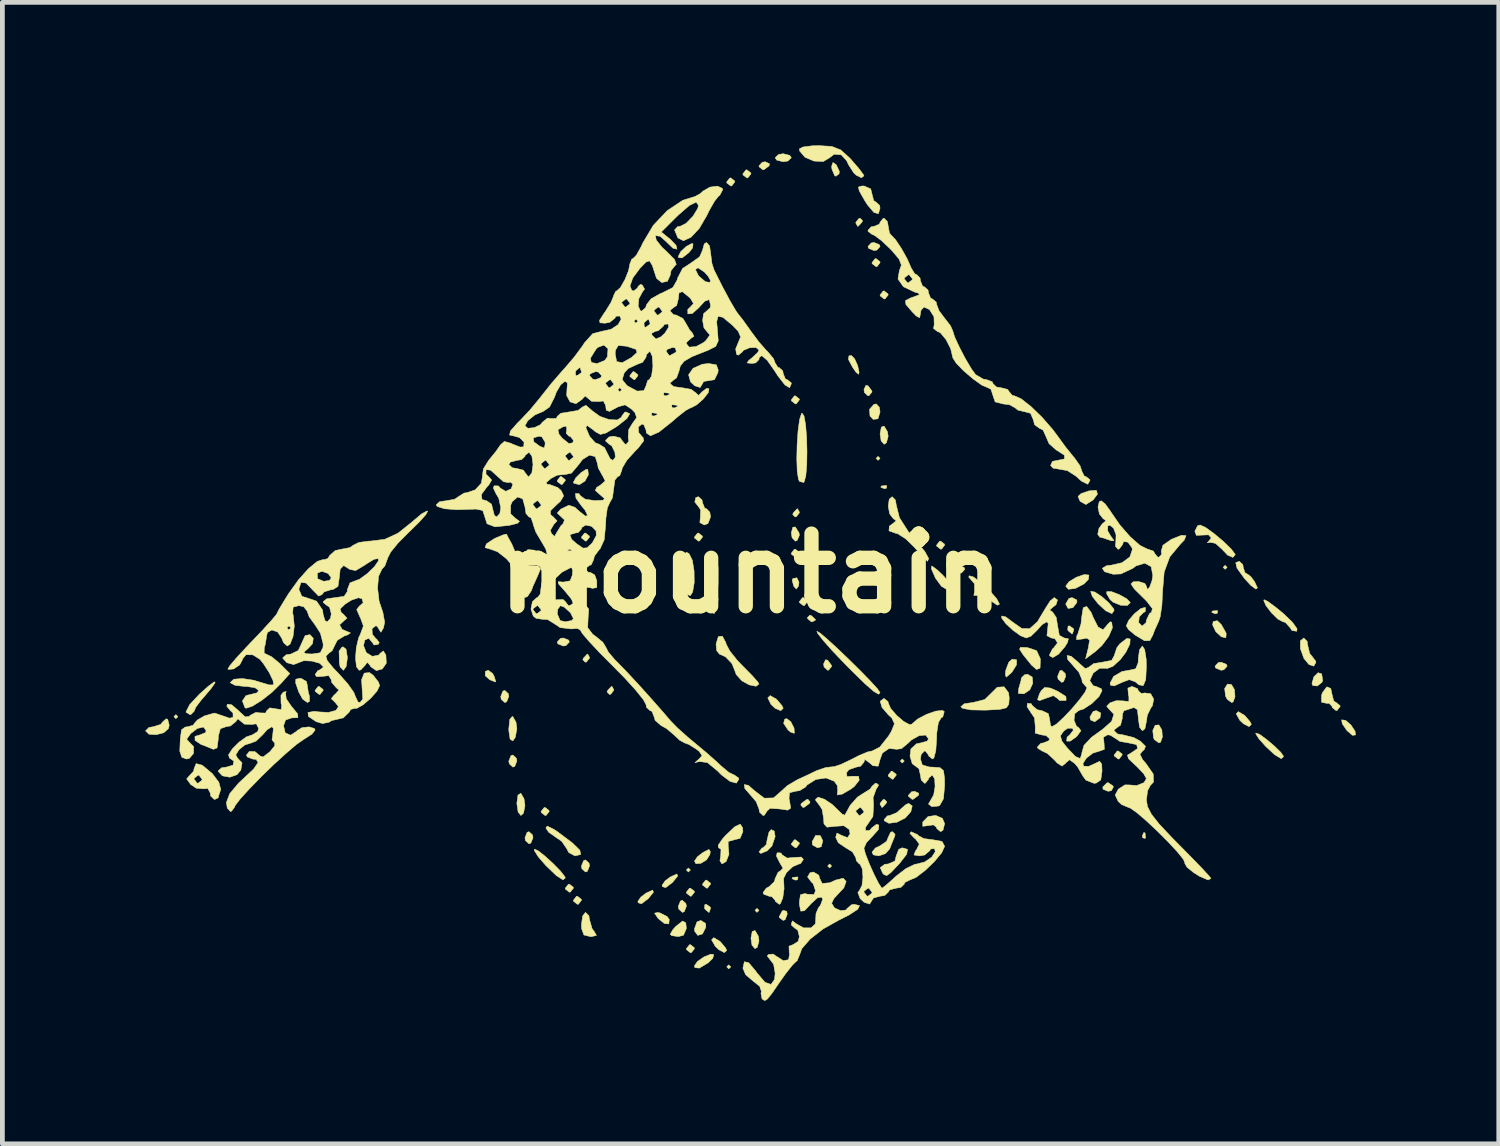
<source format=kicad_pcb>
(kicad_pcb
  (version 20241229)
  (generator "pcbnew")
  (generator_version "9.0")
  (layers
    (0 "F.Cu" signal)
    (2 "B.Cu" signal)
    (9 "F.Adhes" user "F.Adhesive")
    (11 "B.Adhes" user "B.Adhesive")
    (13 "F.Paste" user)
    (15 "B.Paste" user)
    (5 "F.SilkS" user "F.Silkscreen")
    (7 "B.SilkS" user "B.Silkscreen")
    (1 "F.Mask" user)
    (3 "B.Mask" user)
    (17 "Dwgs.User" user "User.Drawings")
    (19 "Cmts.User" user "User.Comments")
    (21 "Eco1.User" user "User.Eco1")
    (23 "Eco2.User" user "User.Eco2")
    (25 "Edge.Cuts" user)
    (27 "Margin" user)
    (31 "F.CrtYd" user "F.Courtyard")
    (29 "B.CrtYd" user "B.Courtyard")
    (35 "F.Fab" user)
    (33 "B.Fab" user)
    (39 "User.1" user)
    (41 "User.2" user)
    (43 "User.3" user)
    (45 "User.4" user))
  (footprint "mountain"
    (layer "F.Cu")
    (at 12.705 8.98)
    (property "Reference" "mountain" (at 0 0 0) (layer "F.SilkS") (effects (font (size 1.524 1.524) (thickness 0.3))))
    (attr through_hole)
    (fp_poly (pts (xy -12.023 3.006) (xy -12.065 3.048) (xy -12.107 3.006) (xy -12.065 2.963) (xy -12.023 3.006)) (stroke (width 0.01) (type solid)) (fill yes) (layer "F.SilkS"))
    (fp_poly (pts (xy -1.27 6.223) (xy -1.312 6.265) (xy -1.355 6.223) (xy -1.312 6.181) (xy -1.27 6.223)) (stroke (width 0.01) (type solid)) (fill yes) (layer "F.SilkS"))
    (fp_poly (pts (xy -0.423 8.255) (xy -0.466 8.297) (xy -0.508 8.255) (xy -0.466 8.213) (xy -0.423 8.255)) (stroke (width 0.01) (type solid)) (fill yes) (layer "F.SilkS"))
    (fp_poly (pts (xy 0.169 7.07) (xy 0.127 7.112) (xy 0.085 7.07) (xy 0.127 7.027) (xy 0.169 7.07)) (stroke (width 0.01) (type solid)) (fill yes) (layer "F.SilkS"))
    (fp_poly (pts (xy 1.693 6.138) (xy 1.651 6.181) (xy 1.609 6.138) (xy 1.651 6.096) (xy 1.693 6.138)) (stroke (width 0.01) (type solid)) (fill yes) (layer "F.SilkS"))
    (fp_poly (pts (xy 2.709 -2.413) (xy 2.667 -2.371) (xy 2.625 -2.413) (xy 2.667 -2.455) (xy 2.709 -2.413)) (stroke (width 0.01) (type solid)) (fill yes) (layer "F.SilkS"))
    (fp_poly (pts (xy 3.217 3.937) (xy 3.175 3.979) (xy 3.133 3.937) (xy 3.175 3.895) (xy 3.217 3.937)) (stroke (width 0.01) (type solid)) (fill yes) (layer "F.SilkS"))
    (fp_poly (pts (xy 9.991 -0.127) (xy 9.948 -0.085) (xy 9.906 -0.127) (xy 9.948 -0.169) (xy 9.991 -0.127)) (stroke (width 0.01) (type solid)) (fill yes) (layer "F.SilkS"))
    (fp_poly (pts (xy 0.988 6.378) (xy 0.976 6.429) (xy 0.931 6.435) (xy 0.862 6.404) (xy 0.875 6.378) (xy 0.975 6.368) (xy 0.988 6.378)) (stroke (width 0.01) (type solid)) (fill yes) (layer "F.SilkS"))
    (fp_poly (pts (xy 2.85 -1.834) (xy 2.839 -1.784) (xy 2.794 -1.778) (xy 2.724 -1.809) (xy 2.738 -1.834) (xy 2.838 -1.845) (xy 2.85 -1.834)) (stroke (width 0.01) (type solid)) (fill yes) (layer "F.SilkS"))
    (fp_poly (pts (xy 8.269 5.447) (xy 8.279 5.547) (xy 8.269 5.56) (xy 8.219 5.548) (xy 8.213 5.503) (xy 8.244 5.434) (xy 8.269 5.447)) (stroke (width 0.01) (type solid)) (fill yes) (layer "F.SilkS"))
    (fp_poly (pts (xy 9.793 0.79) (xy 9.781 0.841) (xy 9.737 0.847) (xy 9.667 0.816) (xy 9.68 0.79) (xy 9.781 0.78) (xy 9.793 0.79)) (stroke (width 0.01) (type solid)) (fill yes) (layer "F.SilkS"))
    (fp_poly (pts (xy 1.008 0.187) (xy 0.998 0.266) (xy 0.951 0.329) (xy 0.896 0.265) (xy 0.865 0.141) (xy 0.881 0.107) (xy 0.964 0.093) (xy 1.008 0.187)) (stroke (width 0.01) (type solid)) (fill yes) (layer "F.SilkS"))
    (fp_poly (pts (xy 1.455 5.502) (xy 1.508 5.609) (xy 1.475 5.735) (xy 1.397 5.757) (xy 1.29 5.697) (xy 1.285 5.626) (xy 1.358 5.496) (xy 1.455 5.502)) (stroke (width 0.01) (type solid)) (fill yes) (layer "F.SilkS"))
    (fp_poly (pts (xy 6.837 0.557) (xy 6.839 0.609) (xy 6.754 0.72) (xy 6.653 0.735) (xy 6.604 0.642) (xy 6.672 0.525) (xy 6.738 0.508) (xy 6.837 0.557)) (stroke (width 0.01) (type solid)) (fill yes) (layer "F.SilkS"))
    (fp_poly (pts (xy 7.339 2.928) (xy 7.324 3.03) (xy 7.213 3.113) (xy 7.126 3.076) (xy 7.112 3.013) (xy 7.18 2.896) (xy 7.246 2.879) (xy 7.339 2.928)) (stroke (width 0.01) (type solid)) (fill yes) (layer "F.SilkS"))
    (fp_poly (pts (xy -8.977 2.435) (xy -8.975 2.455) (xy -9.039 2.538) (xy -9.059 2.54) (xy -9.142 2.476) (xy -9.144 2.455) (xy -9.08 2.373) (xy -9.059 2.371) (xy -8.977 2.435)) (stroke (width 0.01) (type solid)) (fill yes) (layer "F.SilkS"))
    (fp_poly (pts (xy -5.09 2.524) (xy -5.08 2.582) (xy -5.126 2.695) (xy -5.165 2.709) (xy -5.24 2.641) (xy -5.249 2.582) (xy -5.204 2.47) (xy -5.165 2.455) (xy -5.09 2.524)) (stroke (width 0.01) (type solid)) (fill yes) (layer "F.SilkS"))
    (fp_poly (pts (xy -4.92 3.879) (xy -4.911 3.937) (xy -4.956 4.05) (xy -4.995 4.064) (xy -5.07 3.995) (xy -5.08 3.937) (xy -5.034 3.824) (xy -4.995 3.81) (xy -4.92 3.879)) (stroke (width 0.01) (type solid)) (fill yes) (layer "F.SilkS"))
    (fp_poly (pts (xy -4.582 5.487) (xy -4.572 5.546) (xy -4.618 5.658) (xy -4.657 5.673) (xy -4.732 5.604) (xy -4.741 5.546) (xy -4.696 5.433) (xy -4.657 5.419) (xy -4.582 5.487)) (stroke (width 0.01) (type solid)) (fill yes) (layer "F.SilkS"))
    (fp_poly (pts (xy -4.236 4.975) (xy -4.233 4.995) (xy -4.298 5.078) (xy -4.318 5.08) (xy -4.4 5.016) (xy -4.403 4.995) (xy -4.338 4.913) (xy -4.318 4.911) (xy -4.236 4.975)) (stroke (width 0.01) (type solid)) (fill yes) (layer "F.SilkS"))
    (fp_poly (pts (xy -3.897 -1.968) (xy -3.895 -1.947) (xy -3.959 -1.865) (xy -3.979 -1.863) (xy -4.062 -1.927) (xy -4.064 -1.947) (xy -4 -2.03) (xy -3.979 -2.032) (xy -3.897 -1.968)) (stroke (width 0.01) (type solid)) (fill yes) (layer "F.SilkS"))
    (fp_poly (pts (xy -3.824 1.4) (xy -3.81 1.439) (xy -3.879 1.514) (xy -3.937 1.524) (xy -4.05 1.478) (xy -4.064 1.439) (xy -3.995 1.364) (xy -3.937 1.355) (xy -3.824 1.4)) (stroke (width 0.01) (type solid)) (fill yes) (layer "F.SilkS"))
    (fp_poly (pts (xy -3.728 6.584) (xy -3.725 6.604) (xy -3.79 6.686) (xy -3.81 6.689) (xy -3.892 6.624) (xy -3.895 6.604) (xy -3.83 6.522) (xy -3.81 6.519) (xy -3.728 6.584)) (stroke (width 0.01) (type solid)) (fill yes) (layer "F.SilkS"))
    (fp_poly (pts (xy -3.558 6.838) (xy -3.556 6.858) (xy -3.62 6.94) (xy -3.641 6.943) (xy -3.723 6.878) (xy -3.725 6.858) (xy -3.661 6.776) (xy -3.641 6.773) (xy -3.558 6.838)) (stroke (width 0.01) (type solid)) (fill yes) (layer "F.SilkS"))
    (fp_poly (pts (xy -3.396 6.08) (xy -3.387 6.138) (xy -3.432 6.251) (xy -3.471 6.265) (xy -3.546 6.197) (xy -3.556 6.138) (xy -3.51 6.026) (xy -3.471 6.011) (xy -3.396 6.08)) (stroke (width 0.01) (type solid)) (fill yes) (layer "F.SilkS"))
    (fp_poly (pts (xy -3.389 -0.782) (xy -3.387 -0.762) (xy -3.451 -0.68) (xy -3.471 -0.677) (xy -3.554 -0.742) (xy -3.556 -0.762) (xy -3.492 -0.844) (xy -3.471 -0.847) (xy -3.389 -0.782)) (stroke (width 0.01) (type solid)) (fill yes) (layer "F.SilkS"))
    (fp_poly (pts (xy -3.388 1.759) (xy -3.387 1.778) (xy -3.452 1.859) (xy -3.476 1.863) (xy -3.527 1.811) (xy -3.514 1.778) (xy -3.438 1.697) (xy -3.424 1.693) (xy -3.388 1.759)) (stroke (width 0.01) (type solid)) (fill yes) (layer "F.SilkS"))
    (fp_poly (pts (xy -2.88 2.436) (xy -2.879 2.455) (xy -2.944 2.537) (xy -2.968 2.54) (xy -3.019 2.488) (xy -3.006 2.455) (xy -2.93 2.375) (xy -2.916 2.371) (xy -2.88 2.436)) (stroke (width 0.01) (type solid)) (fill yes) (layer "F.SilkS"))
    (fp_poly (pts (xy -2.373 -4.169) (xy -2.371 -4.149) (xy -2.435 -4.066) (xy -2.455 -4.064) (xy -2.538 -4.128) (xy -2.54 -4.149) (xy -2.476 -4.231) (xy -2.455 -4.233) (xy -2.373 -4.169)) (stroke (width 0.01) (type solid)) (fill yes) (layer "F.SilkS"))
    (fp_poly (pts (xy -2.045 6.688) (xy -2.153 6.822) (xy -2.297 6.932) (xy -2.367 6.91) (xy -2.371 6.878) (xy -2.307 6.789) (xy -2.201 6.708) (xy -2.062 6.644) (xy -2.045 6.688)) (stroke (width 0.01) (type solid)) (fill yes) (layer "F.SilkS"))
    (fp_poly (pts (xy -1.537 6.35) (xy -1.645 6.483) (xy -1.789 6.593) (xy -1.859 6.571) (xy -1.863 6.54) (xy -1.799 6.45) (xy -1.693 6.37) (xy -1.554 6.306) (xy -1.537 6.35)) (stroke (width 0.01) (type solid)) (fill yes) (layer "F.SilkS"))
    (fp_poly (pts (xy -1.364 6.927) (xy -1.355 6.985) (xy -1.4 7.098) (xy -1.439 7.112) (xy -1.514 7.043) (xy -1.524 6.985) (xy -1.478 6.872) (xy -1.439 6.858) (xy -1.364 6.927)) (stroke (width 0.01) (type solid)) (fill yes) (layer "F.SilkS"))
    (fp_poly (pts (xy -1.188 6.668) (xy -1.185 6.689) (xy -1.25 6.771) (xy -1.27 6.773) (xy -1.352 6.709) (xy -1.355 6.689) (xy -1.29 6.606) (xy -1.27 6.604) (xy -1.188 6.668)) (stroke (width 0.01) (type solid)) (fill yes) (layer "F.SilkS"))
    (fp_poly (pts (xy -1.188 7.854) (xy -1.185 7.874) (xy -1.25 7.956) (xy -1.27 7.959) (xy -1.352 7.894) (xy -1.355 7.874) (xy -1.29 7.792) (xy -1.27 7.789) (xy -1.188 7.854)) (stroke (width 0.01) (type solid)) (fill yes) (layer "F.SilkS"))
    (fp_poly (pts (xy -1.018 -0.782) (xy -1.016 -0.762) (xy -1.08 -0.68) (xy -1.101 -0.677) (xy -1.183 -0.742) (xy -1.185 -0.762) (xy -1.121 -0.844) (xy -1.101 -0.847) (xy -1.018 -0.782)) (stroke (width 0.01) (type solid)) (fill yes) (layer "F.SilkS"))
    (fp_poly (pts (xy -0.95 7.345) (xy -0.946 7.422) (xy -1.017 7.564) (xy -1.115 7.595) (xy -1.181 7.508) (xy -1.185 7.458) (xy -1.132 7.312) (xy -1.052 7.281) (xy -0.95 7.345)) (stroke (width 0.01) (type solid)) (fill yes) (layer "F.SilkS"))
    (fp_poly (pts (xy -0.85 7.004) (xy -0.847 7.027) (xy -0.876 7.11) (xy -0.884 7.112) (xy -0.956 7.053) (xy -0.974 7.027) (xy -0.967 6.949) (xy -0.936 6.943) (xy -0.85 7.004)) (stroke (width 0.01) (type solid)) (fill yes) (layer "F.SilkS"))
    (fp_poly (pts (xy -0.849 6.499) (xy -0.847 6.519) (xy -0.911 6.602) (xy -0.931 6.604) (xy -1.014 6.54) (xy -1.016 6.519) (xy -0.952 6.437) (xy -0.931 6.435) (xy -0.849 6.499)) (stroke (width 0.01) (type solid)) (fill yes) (layer "F.SilkS"))
    (fp_poly (pts (xy -0.341 -8.233) (xy -0.339 -8.213) (xy -0.403 -8.13) (xy -0.423 -8.128) (xy -0.506 -8.192) (xy -0.508 -8.213) (xy -0.444 -8.295) (xy -0.423 -8.297) (xy -0.341 -8.233)) (stroke (width 0.01) (type solid)) (fill yes) (layer "F.SilkS"))
    (fp_poly (pts (xy -0.002 -8.402) (xy 0 -8.382) (xy -0.064 -8.3) (xy -0.085 -8.297) (xy -0.167 -8.362) (xy -0.169 -8.382) (xy -0.105 -8.464) (xy -0.085 -8.467) (xy -0.002 -8.402)) (stroke (width 0.01) (type solid)) (fill yes) (layer "F.SilkS"))
    (fp_poly (pts (xy 0.156 7.612) (xy 0.169 7.71) (xy 0.133 7.845) (xy 0.085 7.874) (xy 0.022 7.801) (xy 0 7.657) (xy 0.027 7.513) (xy 0.085 7.493) (xy 0.156 7.612)) (stroke (width 0.01) (type solid)) (fill yes) (layer "F.SilkS"))
    (fp_poly (pts (xy 0.389 -8.595) (xy 0.381 -8.551) (xy 0.273 -8.47) (xy 0.249 -8.467) (xy 0.172 -8.531) (xy 0.169 -8.551) (xy 0.238 -8.626) (xy 0.301 -8.636) (xy 0.389 -8.595)) (stroke (width 0.01) (type solid)) (fill yes) (layer "F.SilkS"))
    (fp_poly (pts (xy 0.75 7.089) (xy 0.762 7.149) (xy 0.718 7.265) (xy 0.677 7.281) (xy 0.595 7.221) (xy 0.593 7.202) (xy 0.654 7.087) (xy 0.677 7.07) (xy 0.75 7.089)) (stroke (width 0.01) (type solid)) (fill yes) (layer "F.SilkS"))
    (fp_poly (pts (xy 0.815 -8.77) (xy 0.847 -8.721) (xy 0.776 -8.652) (xy 0.677 -8.636) (xy 0.54 -8.671) (xy 0.508 -8.721) (xy 0.579 -8.789) (xy 0.677 -8.805) (xy 0.815 -8.77)) (stroke (width 0.01) (type solid)) (fill yes) (layer "F.SilkS"))
    (fp_poly (pts (xy 1.009 -0.851) (xy 1.016 -0.799) (xy 0.969 -0.69) (xy 0.931 -0.677) (xy 0.863 -0.748) (xy 0.847 -0.852) (xy 0.879 -0.969) (xy 0.931 -0.974) (xy 1.009 -0.851)) (stroke (width 0.01) (type solid)) (fill yes) (layer "F.SilkS"))
    (fp_poly (pts (xy 1.014 -3.661) (xy 1.016 -3.641) (xy 0.952 -3.558) (xy 0.931 -3.556) (xy 0.849 -3.62) (xy 0.847 -3.641) (xy 0.911 -3.723) (xy 0.931 -3.725) (xy 1.014 -3.661)) (stroke (width 0.01) (type solid)) (fill yes) (layer "F.SilkS"))
    (fp_poly (pts (xy 1.014 -0.444) (xy 1.016 -0.423) (xy 0.952 -0.341) (xy 0.931 -0.339) (xy 0.849 -0.403) (xy 0.847 -0.423) (xy 0.911 -0.506) (xy 0.931 -0.508) (xy 1.014 -0.444)) (stroke (width 0.01) (type solid)) (fill yes) (layer "F.SilkS"))
    (fp_poly (pts (xy 1.014 5.652) (xy 1.016 5.673) (xy 0.952 5.755) (xy 0.931 5.757) (xy 0.849 5.693) (xy 0.847 5.673) (xy 0.911 5.59) (xy 0.931 5.588) (xy 1.014 5.652)) (stroke (width 0.01) (type solid)) (fill yes) (layer "F.SilkS"))
    (fp_poly (pts (xy 1.015 -1.289) (xy 1.016 -1.27) (xy 0.951 -1.189) (xy 0.926 -1.185) (xy 0.876 -1.237) (xy 0.889 -1.27) (xy 0.965 -1.351) (xy 0.979 -1.355) (xy 1.015 -1.289)) (stroke (width 0.01) (type solid)) (fill yes) (layer "F.SilkS"))
    (fp_poly (pts (xy 1.183 0.572) (xy 1.185 0.593) (xy 1.121 0.675) (xy 1.101 0.677) (xy 1.018 0.613) (xy 1.016 0.593) (xy 1.08 0.51) (xy 1.101 0.508) (xy 1.183 0.572)) (stroke (width 0.01) (type solid)) (fill yes) (layer "F.SilkS"))
    (fp_poly (pts (xy 1.241 4.793) (xy 1.228 4.826) (xy 1.116 4.908) (xy 1.091 4.911) (xy 1.045 4.859) (xy 1.058 4.826) (xy 1.17 4.744) (xy 1.195 4.741) (xy 1.241 4.793)) (stroke (width 0.01) (type solid)) (fill yes) (layer "F.SilkS"))
    (fp_poly (pts (xy 1.27 0.889) (xy 1.351 0.965) (xy 1.355 0.979) (xy 1.289 1.015) (xy 1.27 1.016) (xy 1.189 0.951) (xy 1.185 0.926) (xy 1.237 0.876) (xy 1.27 0.889)) (stroke (width 0.01) (type solid)) (fill yes) (layer "F.SilkS"))
    (fp_poly (pts (xy 1.609 1.82) (xy 1.69 1.929) (xy 1.693 1.952) (xy 1.629 2.03) (xy 1.609 2.032) (xy 1.534 1.963) (xy 1.524 1.9) (xy 1.565 1.812) (xy 1.609 1.82)) (stroke (width 0.01) (type solid)) (fill yes) (layer "F.SilkS"))
    (fp_poly (pts (xy 1.788 -8.576) (xy 1.854 -8.437) (xy 1.849 -8.384) (xy 1.782 -8.332) (xy 1.755 -8.348) (xy 1.699 -8.481) (xy 1.693 -8.54) (xy 1.72 -8.621) (xy 1.788 -8.576)) (stroke (width 0.01) (type solid)) (fill yes) (layer "F.SilkS"))
    (fp_poly (pts (xy 2.342 -7.399) (xy 2.328 -7.366) (xy 2.252 -7.285) (xy 2.239 -7.281) (xy 2.202 -7.347) (xy 2.201 -7.366) (xy 2.266 -7.447) (xy 2.291 -7.451) (xy 2.342 -7.399)) (stroke (width 0.01) (type solid)) (fill yes) (layer "F.SilkS"))
    (fp_poly (pts (xy 2.455 -3.937) (xy 2.537 -3.829) (xy 2.54 -3.805) (xy 2.475 -3.728) (xy 2.455 -3.725) (xy 2.381 -3.794) (xy 2.371 -3.857) (xy 2.412 -3.945) (xy 2.455 -3.937)) (stroke (width 0.01) (type solid)) (fill yes) (layer "F.SilkS"))
    (fp_poly (pts (xy 2.694 -3.485) (xy 2.709 -3.387) (xy 2.665 -3.243) (xy 2.565 -3.231) (xy 2.498 -3.302) (xy 2.487 -3.442) (xy 2.58 -3.546) (xy 2.63 -3.556) (xy 2.694 -3.485)) (stroke (width 0.01) (type solid)) (fill yes) (layer "F.SilkS"))
    (fp_poly (pts (xy 2.695 -6.897) (xy 2.709 -6.858) (xy 2.641 -6.783) (xy 2.582 -6.773) (xy 2.47 -6.819) (xy 2.455 -6.858) (xy 2.524 -6.933) (xy 2.582 -6.943) (xy 2.695 -6.897)) (stroke (width 0.01) (type solid)) (fill yes) (layer "F.SilkS"))
    (fp_poly (pts (xy 2.707 -6.54) (xy 2.709 -6.519) (xy 2.645 -6.437) (xy 2.625 -6.435) (xy 2.542 -6.499) (xy 2.54 -6.519) (xy 2.604 -6.602) (xy 2.625 -6.604) (xy 2.707 -6.54)) (stroke (width 0.01) (type solid)) (fill yes) (layer "F.SilkS"))
    (fp_poly (pts (xy 2.85 4.793) (xy 2.836 4.826) (xy 2.76 4.907) (xy 2.747 4.911) (xy 2.71 4.845) (xy 2.709 4.826) (xy 2.774 4.745) (xy 2.799 4.741) (xy 2.85 4.793)) (stroke (width 0.01) (type solid)) (fill yes) (layer "F.SilkS"))
    (fp_poly (pts (xy 2.865 -2.971) (xy 2.879 -2.874) (xy 2.842 -2.739) (xy 2.794 -2.709) (xy 2.731 -2.782) (xy 2.709 -2.926) (xy 2.736 -3.07) (xy 2.794 -3.09) (xy 2.865 -2.971)) (stroke (width 0.01) (type solid)) (fill yes) (layer "F.SilkS"))
    (fp_poly (pts (xy 2.876 -5.862) (xy 2.879 -5.842) (xy 2.814 -5.76) (xy 2.794 -5.757) (xy 2.712 -5.822) (xy 2.709 -5.842) (xy 2.774 -5.924) (xy 2.794 -5.927) (xy 2.876 -5.862)) (stroke (width 0.01) (type solid)) (fill yes) (layer "F.SilkS"))
    (fp_poly (pts (xy 3.046 4.213) (xy 3.048 4.233) (xy 2.984 4.316) (xy 2.963 4.318) (xy 2.881 4.254) (xy 2.879 4.233) (xy 2.943 4.151) (xy 2.963 4.149) (xy 3.046 4.213)) (stroke (width 0.01) (type solid)) (fill yes) (layer "F.SilkS"))
    (fp_poly (pts (xy 3.522 4.613) (xy 3.514 4.657) (xy 3.405 4.738) (xy 3.382 4.741) (xy 3.304 4.677) (xy 3.302 4.657) (xy 3.371 4.582) (xy 3.434 4.572) (xy 3.522 4.613)) (stroke (width 0.01) (type solid)) (fill yes) (layer "F.SilkS"))
    (fp_poly (pts (xy 4.062 -0.613) (xy 4.064 -0.593) (xy 4 -0.51) (xy 3.979 -0.508) (xy 3.897 -0.572) (xy 3.895 -0.593) (xy 3.959 -0.675) (xy 3.979 -0.677) (xy 4.062 -0.613)) (stroke (width 0.01) (type solid)) (fill yes) (layer "F.SilkS"))
    (fp_poly (pts (xy 4.473 -0.124) (xy 4.487 -0.085) (xy 4.419 -0.01) (xy 4.36 0) (xy 4.248 -0.046) (xy 4.233 -0.085) (xy 4.302 -0.16) (xy 4.36 -0.169) (xy 4.473 -0.124)) (stroke (width 0.01) (type solid)) (fill yes) (layer "F.SilkS"))
    (fp_poly (pts (xy 6.594 2.101) (xy 6.604 2.159) (xy 6.558 2.272) (xy 6.519 2.286) (xy 6.444 2.217) (xy 6.435 2.159) (xy 6.48 2.046) (xy 6.519 2.032) (xy 6.594 2.101)) (stroke (width 0.01) (type solid)) (fill yes) (layer "F.SilkS"))
    (fp_poly (pts (xy 6.77 1.162) (xy 6.773 1.185) (xy 6.744 1.268) (xy 6.736 1.27) (xy 6.664 1.211) (xy 6.646 1.185) (xy 6.653 1.107) (xy 6.684 1.101) (xy 6.77 1.162)) (stroke (width 0.01) (type solid)) (fill yes) (layer "F.SilkS"))
    (fp_poly (pts (xy 7.592 4.456) (xy 7.604 4.481) (xy 7.563 4.558) (xy 7.493 4.572) (xy 7.388 4.529) (xy 7.382 4.481) (xy 7.47 4.394) (xy 7.493 4.39) (xy 7.592 4.456)) (stroke (width 0.01) (type solid)) (fill yes) (layer "F.SilkS"))
    (fp_poly (pts (xy 7.787 3.79) (xy 7.789 3.81) (xy 7.725 3.892) (xy 7.705 3.895) (xy 7.622 3.83) (xy 7.62 3.81) (xy 7.684 3.728) (xy 7.705 3.725) (xy 7.787 3.79)) (stroke (width 0.01) (type solid)) (fill yes) (layer "F.SilkS"))
    (fp_poly (pts (xy 9.869 1.074) (xy 9.971 1.256) (xy 9.965 1.35) (xy 9.87 1.33) (xy 9.753 1.223) (xy 9.686 1.081) (xy 9.698 1.01) (xy 9.783 0.992) (xy 9.869 1.074)) (stroke (width 0.01) (type solid)) (fill yes) (layer "F.SilkS"))
    (fp_poly (pts (xy 9.976 1.908) (xy 9.991 1.947) (xy 9.922 2.022) (xy 9.864 2.032) (xy 9.751 1.986) (xy 9.737 1.947) (xy 9.805 1.872) (xy 9.864 1.863) (xy 9.976 1.908)) (stroke (width 0.01) (type solid)) (fill yes) (layer "F.SilkS"))
    (fp_poly (pts (xy 11.975 2.108) (xy 11.995 2.252) (xy 11.98 2.286) (xy 11.883 2.362) (xy 11.789 2.354) (xy 11.77 2.307) (xy 11.812 2.167) (xy 11.899 2.084) (xy 11.975 2.108)) (stroke (width 0.01) (type solid)) (fill yes) (layer "F.SilkS"))
    (fp_poly (pts (xy 12.478 3.084) (xy 12.59 3.183) (xy 12.674 3.311) (xy 12.685 3.389) (xy 12.619 3.397) (xy 12.503 3.296) (xy 12.405 3.152) (xy 12.394 3.072) (xy 12.478 3.084)) (stroke (width 0.01) (type solid)) (fill yes) (layer "F.SilkS"))
    (fp_poly (pts (xy -5.42 2.099) (xy -5.388 2.159) (xy -5.355 2.266) (xy -5.358 2.279) (xy -5.441 2.247) (xy -5.482 2.23) (xy -5.575 2.146) (xy -5.573 2.057) (xy -5.512 2.032) (xy -5.42 2.099)) (stroke (width 0.01) (type solid)) (fill yes) (layer "F.SilkS"))
    (fp_poly (pts (xy -1.909 7.123) (xy -1.758 7.199) (xy -1.714 7.26) (xy -1.723 7.354) (xy -1.815 7.346) (xy -1.944 7.242) (xy -1.955 7.229) (xy -2.022 7.128) (xy -1.955 7.115) (xy -1.909 7.123)) (stroke (width 0.01) (type solid)) (fill yes) (layer "F.SilkS"))
    (fp_poly (pts (xy -1.367 7.331) (xy -1.355 7.451) (xy -1.415 7.592) (xy -1.524 7.62) (xy -1.662 7.6) (xy -1.693 7.572) (xy -1.641 7.479) (xy -1.572 7.402) (xy -1.433 7.293) (xy -1.367 7.331)) (stroke (width 0.01) (type solid)) (fill yes) (layer "F.SilkS"))
    (fp_poly (pts (xy -1.214 -6.914) (xy -1.226 -6.826) (xy -1.296 -6.735) (xy -1.443 -6.619) (xy -1.519 -6.624) (xy -1.524 -6.652) (xy -1.471 -6.753) (xy -1.355 -6.861) (xy -1.245 -6.92) (xy -1.214 -6.914)) (stroke (width 0.01) (type solid)) (fill yes) (layer "F.SilkS"))
    (fp_poly (pts (xy -0.852 5.837) (xy -0.862 5.899) (xy -0.931 6.01) (xy -1.05 6.083) (xy -1.155 6.091) (xy -1.185 6.038) (xy -1.122 5.944) (xy -1.009 5.857) (xy -0.881 5.791) (xy -0.852 5.837)) (stroke (width 0.01) (type solid)) (fill yes) (layer "F.SilkS"))
    (fp_poly (pts (xy -0.781 7.996) (xy -0.801 8.076) (xy -0.895 8.169) (xy -1.082 8.281) (xy -1.176 8.272) (xy -1.185 8.233) (xy -1.122 8.141) (xy -0.983 8.045) (xy -0.842 7.989) (xy -0.781 7.996)) (stroke (width 0.01) (type solid)) (fill yes) (layer "F.SilkS"))
    (fp_poly (pts (xy -0.654 7.717) (xy -0.639 7.731) (xy -0.534 7.855) (xy -0.508 7.91) (xy -0.558 7.956) (xy -0.674 7.895) (xy -0.749 7.823) (xy -0.826 7.688) (xy -0.781 7.642) (xy -0.654 7.717)) (stroke (width 0.01) (type solid)) (fill yes) (layer "F.SilkS"))
    (fp_poly (pts (xy 0.532 2.637) (xy 0.546 2.651) (xy 0.651 2.775) (xy 0.677 2.83) (xy 0.626 2.88) (xy 0.51 2.832) (xy 0.422 2.75) (xy 0.353 2.612) (xy 0.403 2.564) (xy 0.532 2.637)) (stroke (width 0.01) (type solid)) (fill yes) (layer "F.SilkS"))
    (fp_poly (pts (xy 0.836 3.112) (xy 0.904 3.244) (xy 0.911 3.349) (xy 0.907 3.355) (xy 0.832 3.33) (xy 0.778 3.284) (xy 0.686 3.146) (xy 0.708 3.058) (xy 0.753 3.048) (xy 0.836 3.112)) (stroke (width 0.01) (type solid)) (fill yes) (layer "F.SilkS"))
    (fp_poly (pts (xy 2.175 -4.503) (xy 2.24 -4.356) (xy 2.269 -4.217) (xy 2.258 -4.177) (xy 2.204 -4.222) (xy 2.135 -4.321) (xy 2.044 -4.492) (xy 2.057 -4.564) (xy 2.107 -4.572) (xy 2.175 -4.503)) (stroke (width 0.01) (type solid)) (fill yes) (layer "F.SilkS"))
    (fp_poly (pts (xy 5.574 1.813) (xy 5.572 1.918) (xy 5.481 2.065) (xy 5.453 2.094) (xy 5.356 2.177) (xy 5.336 2.121) (xy 5.347 2.031) (xy 5.41 1.863) (xy 5.482 1.799) (xy 5.574 1.813)) (stroke (width 0.01) (type solid)) (fill yes) (layer "F.SilkS"))
    (fp_poly (pts (xy 7.091 0.035) (xy 7.081 0.125) (xy 6.99 0.219) (xy 6.806 0.316) (xy 6.66 0.333) (xy 6.604 0.268) (xy 6.672 0.175) (xy 6.826 0.082) (xy 6.992 0.024) (xy 7.091 0.035)) (stroke (width 0.01) (type solid)) (fill yes) (layer "F.SilkS"))
    (fp_poly (pts (xy 7.27 -1.663) (xy 7.18 -1.541) (xy 7.027 -1.445) (xy 6.911 -1.509) (xy 6.897 -1.53) (xy 6.863 -1.616) (xy 6.926 -1.674) (xy 7.091 -1.731) (xy 7.247 -1.744) (xy 7.27 -1.663)) (stroke (width 0.01) (type solid)) (fill yes) (layer "F.SilkS"))
    (fp_poly (pts (xy 8.621 3.284) (xy 8.632 3.434) (xy 8.593 3.543) (xy 8.56 3.556) (xy 8.466 3.489) (xy 8.446 3.45) (xy 8.431 3.296) (xy 8.481 3.186) (xy 8.559 3.179) (xy 8.621 3.284)) (stroke (width 0.01) (type solid)) (fill yes) (layer "F.SilkS"))
    (fp_poly (pts (xy 10.081 2.332) (xy 10.144 2.437) (xy 10.156 2.586) (xy 10.117 2.696) (xy 10.084 2.709) (xy 9.993 2.642) (xy 9.957 2.575) (xy 9.939 2.415) (xy 9.998 2.322) (xy 10.081 2.332)) (stroke (width 0.01) (type solid)) (fill yes) (layer "F.SilkS"))
    (fp_poly (pts (xy 10.353 2.976) (xy 10.368 2.99) (xy 10.473 3.114) (xy 10.499 3.169) (xy 10.449 3.215) (xy 10.333 3.154) (xy 10.257 3.082) (xy 10.181 2.946) (xy 10.225 2.9) (xy 10.353 2.976)) (stroke (width 0.01) (type solid)) (fill yes) (layer "F.SilkS"))
    (fp_poly (pts (xy -4.995 3.006) (xy -4.929 3.123) (xy -4.911 3.26) (xy -4.943 3.437) (xy -4.995 3.514) (xy -5.053 3.478) (xy -5.079 3.304) (xy -5.08 3.26) (xy -5.06 3.064) (xy -5.008 3.001) (xy -4.995 3.006)) (stroke (width 0.01) (type solid)) (fill yes) (layer "F.SilkS"))
    (fp_poly (pts (xy -4.826 4.614) (xy -4.76 4.731) (xy -4.741 4.873) (xy -4.771 5.03) (xy -4.826 5.08) (xy -4.885 5.006) (xy -4.911 4.828) (xy -4.911 4.821) (xy -4.888 4.652) (xy -4.829 4.613) (xy -4.826 4.614)) (stroke (width 0.01) (type solid)) (fill yes) (layer "F.SilkS"))
    (fp_poly (pts (xy -3.423 -2.181) (xy -3.41 -2.07) (xy -3.482 -1.937) (xy -3.594 -1.864) (xy -3.607 -1.863) (xy -3.714 -1.891) (xy -3.725 -1.911) (xy -3.673 -2.007) (xy -3.561 -2.117) (xy -3.455 -2.184) (xy -3.423 -2.181)) (stroke (width 0.01) (type solid)) (fill yes) (layer "F.SilkS"))
    (fp_poly (pts (xy 3.906 -0.076) (xy 4.026 0.038) (xy 4.187 0.215) (xy 4.222 0.308) (xy 4.138 0.338) (xy 4.113 0.339) (xy 3.996 0.27) (xy 3.874 0.102) (xy 3.865 0.085) (xy 3.783 -0.103) (xy 3.795 -0.157) (xy 3.906 -0.076)) (stroke (width 0.01) (type solid)) (fill yes) (layer "F.SilkS"))
    (fp_poly (pts (xy 5.763 1.554) (xy 5.809 1.559) (xy 5.993 1.62) (xy 6.068 1.782) (xy 6.072 1.808) (xy 6.066 1.987) (xy 5.992 2.017) (xy 5.884 1.922) (xy 5.71 1.705) (xy 5.636 1.592) (xy 5.655 1.551) (xy 5.763 1.554)) (stroke (width 0.01) (type solid)) (fill yes) (layer "F.SilkS"))
    (fp_poly (pts (xy 5.902 2.175) (xy 5.913 2.305) (xy 5.85 2.444) (xy 5.728 2.526) (xy 5.724 2.527) (xy 5.609 2.518) (xy 5.618 2.415) (xy 5.666 2.251) (xy 5.673 2.194) (xy 5.742 2.126) (xy 5.806 2.117) (xy 5.902 2.175)) (stroke (width 0.01) (type solid)) (fill yes) (layer "F.SilkS"))
    (fp_poly (pts (xy 7.218 0.392) (xy 7.363 0.489) (xy 7.511 0.62) (xy 7.608 0.74) (xy 7.62 0.777) (xy 7.573 0.845) (xy 7.444 0.785) (xy 7.282 0.635) (xy 7.162 0.482) (xy 7.128 0.382) (xy 7.132 0.375) (xy 7.218 0.392)) (stroke (width 0.01) (type solid)) (fill yes) (layer "F.SilkS"))
    (fp_poly (pts (xy 7.563 0.382) (xy 7.727 0.445) (xy 7.883 0.532) (xy 7.958 0.61) (xy 7.958 0.614) (xy 7.895 0.674) (xy 7.752 0.667) (xy 7.598 0.604) (xy 7.534 0.548) (xy 7.463 0.426) (xy 7.466 0.38) (xy 7.563 0.382)) (stroke (width 0.01) (type solid)) (fill yes) (layer "F.SilkS"))
    (fp_poly (pts (xy -9.328 2.266) (xy -9.313 2.321) (xy -9.284 2.508) (xy -9.262 2.575) (xy -9.263 2.688) (xy -9.306 2.709) (xy -9.404 2.639) (xy -9.485 2.492) (xy -9.552 2.301) (xy -9.549 2.22) (xy -9.469 2.202) (xy -9.44 2.201) (xy -9.328 2.266)) (stroke (width 0.01) (type solid)) (fill yes) (layer "F.SilkS"))
    (fp_poly (pts (xy -8.494 1.591) (xy -8.467 1.762) (xy -8.467 1.771) (xy -8.491 1.952) (xy -8.548 2.032) (xy -8.551 2.032) (xy -8.62 1.961) (xy -8.636 1.863) (xy -8.639 1.693) (xy -8.642 1.632) (xy -8.584 1.552) (xy -8.558 1.54) (xy -8.494 1.591)) (stroke (width 0.01) (type solid)) (fill yes) (layer "F.SilkS"))
    (fp_poly (pts (xy -4.469 5.816) (xy -4.323 5.93) (xy -4.151 6.087) (xy -3.997 6.244) (xy -3.905 6.362) (xy -3.895 6.39) (xy -3.943 6.43) (xy -4.085 6.338) (xy -4.305 6.127) (xy -4.461 5.947) (xy -4.542 5.819) (xy -4.544 5.785) (xy -4.469 5.816)) (stroke (width 0.01) (type solid)) (fill yes) (layer "F.SilkS"))
    (fp_poly (pts (xy 0.488 5.405) (xy 0.508 5.52) (xy 0.441 5.719) (xy 0.339 5.822) (xy 0.207 5.876) (xy 0.169 5.843) (xy 0.233 5.76) (xy 0.254 5.757) (xy 0.323 5.687) (xy 0.339 5.593) (xy 0.378 5.431) (xy 0.423 5.376) (xy 0.488 5.405)) (stroke (width 0.01) (type solid)) (fill yes) (layer "F.SilkS"))
    (fp_poly (pts (xy 10.67 3.376) (xy 10.816 3.482) (xy 10.983 3.623) (xy 11.119 3.757) (xy 11.176 3.842) (xy 11.176 3.842) (xy 11.127 3.888) (xy 10.986 3.802) (xy 10.803 3.633) (xy 10.659 3.472) (xy 10.592 3.365) (xy 10.593 3.349) (xy 10.67 3.376)) (stroke (width 0.01) (type solid)) (fill yes) (layer "F.SilkS"))
    (fp_poly (pts (xy 11.669 1.425) (xy 11.684 1.519) (xy 11.723 1.681) (xy 11.769 1.736) (xy 11.85 1.844) (xy 11.853 1.868) (xy 11.808 1.946) (xy 11.706 1.911) (xy 11.602 1.784) (xy 11.527 1.577) (xy 11.527 1.416) (xy 11.599 1.355) (xy 11.669 1.425)) (stroke (width 0.01) (type solid)) (fill yes) (layer "F.SilkS"))
    (fp_poly (pts (xy -12.235 3.066) (xy -12.205 3.186) (xy -12.221 3.256) (xy -12.318 3.342) (xy -12.478 3.384) (xy -12.63 3.374) (xy -12.7 3.306) (xy -12.7 3.302) (xy -12.629 3.232) (xy -12.538 3.217) (xy -12.385 3.169) (xy -12.338 3.111) (xy -12.267 3.05) (xy -12.235 3.066)) (stroke (width 0.01) (type solid)) (fill yes) (layer "F.SilkS"))
    (fp_poly (pts (xy -4.131 5.372) (xy -4.055 5.423) (xy -3.749 5.652) (xy -3.589 5.809) (xy -3.572 5.898) (xy -3.691 5.927) (xy -3.823 5.856) (xy -3.865 5.775) (xy -3.97 5.621) (xy -4.085 5.542) (xy -4.244 5.43) (xy -4.303 5.341) (xy -4.274 5.301) (xy -4.131 5.372)) (stroke (width 0.01) (type solid)) (fill yes) (layer "F.SilkS"))
    (fp_poly (pts (xy -3.4 7.182) (xy -3.387 7.264) (xy -3.333 7.452) (xy -3.285 7.518) (xy -3.241 7.596) (xy -3.345 7.62) (xy -3.37 7.62) (xy -3.504 7.586) (xy -3.553 7.454) (xy -3.556 7.366) (xy -3.531 7.188) (xy -3.472 7.112) (xy -3.471 7.112) (xy -3.4 7.182)) (stroke (width 0.01) (type solid)) (fill yes) (layer "F.SilkS"))
    (fp_poly (pts (xy -1.315 -0.425) (xy -1.296 -0.41) (xy -1.229 -0.275) (xy -1.193 -0.051) (xy -1.19 0.193) (xy -1.223 0.391) (xy -1.27 0.466) (xy -1.343 0.443) (xy -1.363 0.365) (xy -1.383 -0.024) (xy -1.391 -0.271) (xy -1.383 -0.402) (xy -1.359 -0.444) (xy -1.315 -0.425)) (stroke (width 0.01) (type solid)) (fill yes) (layer "F.SilkS"))
    (fp_poly (pts (xy 4.016 5.138) (xy 4.064 5.249) (xy 4.029 5.387) (xy 3.979 5.419) (xy 3.898 5.353) (xy 3.895 5.328) (xy 3.829 5.276) (xy 3.726 5.291) (xy 3.605 5.306) (xy 3.605 5.219) (xy 3.608 5.213) (xy 3.717 5.101) (xy 3.877 5.078) (xy 4.016 5.138)) (stroke (width 0.01) (type solid)) (fill yes) (layer "F.SilkS"))
    (fp_poly (pts (xy 10.32 -0.185) (xy 10.329 -0.127) (xy 10.364 -0.014) (xy 10.394 0) (xy 10.483 0.063) (xy 10.564 0.169) (xy 10.627 0.304) (xy 10.593 0.329) (xy 10.486 0.25) (xy 10.352 0.104) (xy 10.198 -0.11) (xy 10.171 -0.225) (xy 10.245 -0.254) (xy 10.32 -0.185)) (stroke (width 0.01) (type solid)) (fill yes) (layer "F.SilkS"))
    (fp_poly (pts (xy -11.24 2.292) (xy -11.326 2.415) (xy -11.511 2.633) (xy -11.536 2.661) (xy -11.648 2.809) (xy -11.684 2.895) (xy -11.749 2.961) (xy -11.769 2.963) (xy -11.849 2.915) (xy -11.851 2.9) (xy -11.777 2.755) (xy -11.574 2.537) (xy -11.388 2.371) (xy -11.259 2.274) (xy -11.24 2.292)) (stroke (width 0.01) (type solid)) (fill yes) (layer "F.SilkS"))
    (fp_poly (pts (xy -0.727 -4.377) (xy -0.687 -4.27) (xy -0.693 -4.212) (xy -0.766 -4.063) (xy -0.868 -4.047) (xy -0.992 -4.027) (xy -1.016 -3.983) (xy -1.065 -3.9) (xy -1.18 -3.936) (xy -1.268 -4.019) (xy -1.308 -4.167) (xy -1.215 -4.302) (xy -1.023 -4.388) (xy -0.889 -4.403) (xy -0.727 -4.377)) (stroke (width 0.01) (type solid)) (fill yes) (layer "F.SilkS"))
    (fp_poly (pts (xy -0.712 -0.342) (xy -0.689 -0.112) (xy -0.69 0.212) (xy -0.708 0.515) (xy -0.737 0.74) (xy -0.772 0.844) (xy -0.779 0.847) (xy -0.811 0.769) (xy -0.835 0.563) (xy -0.846 0.271) (xy -0.847 0.212) (xy -0.836 -0.126) (xy -0.804 -0.346) (xy -0.758 -0.423) (xy -0.712 -0.342)) (stroke (width 0.01) (type solid)) (fill yes) (layer "F.SilkS"))
    (fp_poly (pts (xy 2.513 -8.067) (xy 2.54 -7.959) (xy 2.575 -7.821) (xy 2.625 -7.789) (xy 2.7 -7.721) (xy 2.709 -7.662) (xy 2.674 -7.546) (xy 2.58 -7.573) (xy 2.443 -7.734) (xy 2.382 -7.832) (xy 2.275 -8.02) (xy 2.254 -8.105) (xy 2.318 -8.127) (xy 2.374 -8.128) (xy 2.513 -8.067)) (stroke (width 0.01) (type solid)) (fill yes) (layer "F.SilkS"))
    (fp_poly (pts (xy 3.025 5.476) (xy 3.013 5.524) (xy 2.942 5.696) (xy 2.911 5.779) (xy 2.82 5.88) (xy 2.681 5.927) (xy 2.567 5.905) (xy 2.54 5.848) (xy 2.61 5.762) (xy 2.709 5.715) (xy 2.847 5.621) (xy 2.879 5.54) (xy 2.93 5.431) (xy 2.97 5.419) (xy 3.025 5.476)) (stroke (width 0.01) (type solid)) (fill yes) (layer "F.SilkS"))
    (fp_poly (pts (xy 3.384 4.879) (xy 3.355 5) (xy 3.239 5.131) (xy 3.239 5.131) (xy 3.062 5.221) (xy 2.895 5.243) (xy 2.8 5.192) (xy 2.794 5.165) (xy 2.862 5.088) (xy 2.911 5.08) (xy 3.059 5.02) (xy 3.133 4.953) (xy 3.255 4.847) (xy 3.312 4.826) (xy 3.384 4.879)) (stroke (width 0.01) (type solid)) (fill yes) (layer "F.SilkS"))
    (fp_poly (pts (xy 6.283 2.406) (xy 6.436 2.473) (xy 6.608 2.582) (xy 6.613 2.66) (xy 6.603 2.667) (xy 6.476 2.667) (xy 6.436 2.627) (xy 6.345 2.565) (xy 6.191 2.619) (xy 6.056 2.669) (xy 6.013 2.649) (xy 6.054 2.526) (xy 6.09 2.462) (xy 6.164 2.392) (xy 6.283 2.406)) (stroke (width 0.01) (type solid)) (fill yes) (layer "F.SilkS"))
    (fp_poly (pts (xy -1.026 -1.54) (xy -1.016 -1.482) (xy -0.97 -1.369) (xy -0.931 -1.355) (xy -0.863 -1.284) (xy -0.847 -1.185) (xy -0.902 -1.045) (xy -0.979 -1.016) (xy -1.072 -1.066) (xy -1.061 -1.178) (xy -1.056 -1.334) (xy -1.097 -1.395) (xy -1.178 -1.498) (xy -1.157 -1.591) (xy -1.101 -1.609) (xy -1.026 -1.54)) (stroke (width 0.01) (type solid)) (fill yes) (layer "F.SilkS"))
    (fp_poly (pts (xy 3.285 5.789) (xy 3.268 5.892) (xy 3.121 6.081) (xy 3.087 6.118) (xy 2.934 6.279) (xy 2.852 6.339) (xy 2.796 6.322) (xy 2.766 6.294) (xy 2.712 6.173) (xy 2.807 6.103) (xy 2.879 6.096) (xy 3.02 6.036) (xy 3.048 5.927) (xy 3.101 5.789) (xy 3.175 5.757) (xy 3.285 5.789)) (stroke (width 0.01) (type solid)) (fill yes) (layer "F.SilkS"))
    (fp_poly (pts (xy 10.84 0.586) (xy 11.002 0.704) (xy 11.168 0.84) (xy 11.362 1.026) (xy 11.458 1.162) (xy 11.452 1.214) (xy 11.351 1.199) (xy 11.315 1.143) (xy 11.213 1.029) (xy 11.157 1.013) (xy 11.053 0.957) (xy 10.921 0.827) (xy 10.807 0.679) (xy 10.759 0.57) (xy 10.766 0.552) (xy 10.84 0.586)) (stroke (width 0.01) (type solid)) (fill yes) (layer "F.SilkS"))
    (fp_poly (pts (xy 4.663 0.072) (xy 4.817 0.185) (xy 4.998 0.353) (xy 5.154 0.529) (xy 5.215 0.645) (xy 5.171 0.668) (xy 5.059 0.594) (xy 5.008 0.541) (xy 4.859 0.456) (xy 4.766 0.461) (xy 4.677 0.463) (xy 4.692 0.368) (xy 4.689 0.216) (xy 4.641 0.16) (xy 4.57 0.078) (xy 4.578 0.05) (xy 4.663 0.072)) (stroke (width 0.01) (type solid)) (fill yes) (layer "F.SilkS"))
    (fp_poly (pts (xy 12.165 2.414) (xy 12.192 2.54) (xy 12.227 2.678) (xy 12.277 2.709) (xy 12.359 2.774) (xy 12.361 2.794) (xy 12.297 2.876) (xy 12.277 2.879) (xy 12.195 2.814) (xy 12.192 2.79) (xy 12.129 2.724) (xy 12.084 2.727) (xy 11.971 2.703) (xy 11.972 2.557) (xy 11.992 2.499) (xy 12.082 2.38) (xy 12.165 2.414)) (stroke (width 0.01) (type solid)) (fill yes) (layer "F.SilkS"))
    (fp_poly (pts (xy 1.114 -3.302) (xy 1.147 -3.117) (xy 1.168 -2.853) (xy 1.176 -2.556) (xy 1.171 -2.271) (xy 1.151 -2.043) (xy 1.115 -1.917) (xy 1.106 -1.908) (xy 1.02 -1.929) (xy 0.998 -1.969) (xy 0.971 -2.142) (xy 0.962 -2.404) (xy 0.969 -2.706) (xy 0.989 -2.997) (xy 1.021 -3.23) (xy 1.061 -3.354) (xy 1.071 -3.363) (xy 1.114 -3.302)) (stroke (width 0.01) (type solid)) (fill yes) (layer "F.SilkS"))
    (fp_poly (pts (xy 1.453 1.254) (xy 1.609 1.387) (xy 1.824 1.584) (xy 2.066 1.816) (xy 2.305 2.052) (xy 2.512 2.265) (xy 2.657 2.425) (xy 2.709 2.502) (xy 2.679 2.535) (xy 2.58 2.478) (xy 2.399 2.321) (xy 2.124 2.053) (xy 1.961 1.888) (xy 1.71 1.625) (xy 1.516 1.406) (xy 1.402 1.26) (xy 1.383 1.213) (xy 1.453 1.254)) (stroke (width 0.01) (type solid)) (fill yes) (layer "F.SilkS"))
    (fp_poly (pts (xy 5.405 2.503) (xy 5.419 2.612) (xy 5.41 2.746) (xy 5.359 2.82) (xy 5.224 2.853) (xy 4.967 2.867) (xy 4.911 2.869) (xy 4.621 2.864) (xy 4.443 2.832) (xy 4.403 2.797) (xy 4.476 2.735) (xy 4.653 2.709) (xy 4.656 2.709) (xy 4.906 2.646) (xy 5.015 2.54) (xy 5.167 2.389) (xy 5.311 2.379) (xy 5.405 2.503)) (stroke (width 0.01) (type solid)) (fill yes) (layer "F.SilkS"))
    (fp_poly (pts (xy -0.174 5.339) (xy -0.169 5.419) (xy -0.228 5.559) (xy -0.348 5.588) (xy -0.478 5.625) (xy -0.477 5.715) (xy -0.461 5.891) (xy -0.519 6.043) (xy -0.607 6.096) (xy -0.651 6.03) (xy -0.635 5.927) (xy -0.628 5.788) (xy -0.679 5.757) (xy -0.688 5.705) (xy -0.598 5.572) (xy -0.537 5.503) (xy -0.339 5.315) (xy -0.224 5.261) (xy -0.174 5.339)) (stroke (width 0.01) (type solid)) (fill yes) (layer "F.SilkS"))
    (fp_poly (pts (xy -0.526 1.454) (xy -0.52 1.483) (xy -0.444 1.628) (xy -0.283 1.829) (xy -0.16 1.956) (xy 0.023 2.141) (xy 0.143 2.277) (xy 0.169 2.322) (xy 0.107 2.368) (xy -0.037 2.339) (xy -0.191 2.253) (xy -0.31 2.12) (xy -0.339 2.038) (xy -0.4 1.89) (xy -0.535 1.749) (xy -0.662 1.693) (xy -0.719 1.621) (xy -0.732 1.482) (xy -0.684 1.326) (xy -0.6 1.317) (xy -0.526 1.454)) (stroke (width 0.01) (type solid)) (fill yes) (layer "F.SilkS"))
    (fp_poly (pts (xy 9.538 -0.964) (xy 9.716 -0.835) (xy 9.912 -0.671) (xy 10.075 -0.513) (xy 10.158 -0.403) (xy 10.16 -0.391) (xy 10.112 -0.335) (xy 10 -0.384) (xy 9.88 -0.51) (xy 9.746 -0.63) (xy 9.643 -0.651) (xy 9.573 -0.642) (xy 9.588 -0.656) (xy 9.658 -0.744) (xy 9.601 -0.809) (xy 9.483 -0.804) (xy 9.345 -0.798) (xy 9.313 -0.883) (xy 9.37 -0.999) (xy 9.424 -1.016) (xy 9.538 -0.964)) (stroke (width 0.01) (type solid)) (fill yes) (layer "F.SilkS"))
    (fp_poly (pts (xy 8.261 1.6) (xy 8.292 1.795) (xy 8.297 1.947) (xy 8.283 2.228) (xy 8.232 2.354) (xy 8.138 2.338) (xy 8.069 2.278) (xy 7.938 2.229) (xy 7.804 2.278) (xy 7.621 2.361) (xy 7.544 2.346) (xy 7.535 2.303) (xy 7.609 2.161) (xy 7.785 2.058) (xy 7.933 2.032) (xy 8.073 2.001) (xy 8.124 1.874) (xy 8.128 1.778) (xy 8.153 1.6) (xy 8.212 1.524) (xy 8.213 1.524) (xy 8.261 1.6)) (stroke (width 0.01) (type solid)) (fill yes) (layer "F.SilkS"))
    (fp_poly (pts (xy 1.698 -8.958) (xy 1.886 -8.883) (xy 2.071 -8.716) (xy 2.103 -8.681) (xy 2.261 -8.498) (xy 2.357 -8.371) (xy 2.371 -8.342) (xy 2.319 -8.3) (xy 2.208 -8.355) (xy 2.155 -8.406) (xy 2.046 -8.576) (xy 2.009 -8.657) (xy 1.896 -8.781) (xy 1.744 -8.794) (xy 1.651 -8.721) (xy 1.517 -8.641) (xy 1.322 -8.651) (xy 1.135 -8.73) (xy 1.024 -8.859) (xy 1.016 -8.907) (xy 1.092 -8.946) (xy 1.286 -8.971) (xy 1.426 -8.975) (xy 1.698 -8.958)) (stroke (width 0.01) (type solid)) (fill yes) (layer "F.SilkS"))
    (fp_poly (pts (xy 3.032 -1.538) (xy 3.048 -1.438) (xy 3.115 -1.169) (xy 3.321 -0.848) (xy 3.493 -0.65) (xy 3.652 -0.454) (xy 3.729 -0.311) (xy 3.705 -0.254) (xy 3.703 -0.254) (xy 3.64 -0.312) (xy 3.506 -0.459) (xy 3.428 -0.549) (xy 3.244 -0.727) (xy 3.078 -0.833) (xy 3.027 -0.845) (xy 2.896 -0.893) (xy 2.904 -0.992) (xy 2.985 -1.051) (xy 3.047 -1.107) (xy 2.985 -1.15) (xy 2.909 -1.251) (xy 2.881 -1.411) (xy 2.901 -1.556) (xy 2.963 -1.609) (xy 3.032 -1.538)) (stroke (width 0.01) (type solid)) (fill yes) (layer "F.SilkS"))
    (fp_poly (pts (xy 7.138 0.819) (xy 7.184 0.931) (xy 7.284 1.126) (xy 7.388 1.182) (xy 7.472 1.086) (xy 7.474 1.079) (xy 7.541 1.014) (xy 7.569 1.026) (xy 7.584 1.142) (xy 7.506 1.322) (xy 7.363 1.514) (xy 7.23 1.636) (xy 7.021 1.791) (xy 7.079 1.56) (xy 7.105 1.399) (xy 7.048 1.358) (xy 6.957 1.376) (xy 6.831 1.391) (xy 6.836 1.314) (xy 6.859 1.267) (xy 6.925 1.059) (xy 6.943 0.895) (xy 6.972 0.718) (xy 7.044 0.694) (xy 7.138 0.819)) (stroke (width 0.01) (type solid)) (fill yes) (layer "F.SilkS"))
    (fp_poly (pts (xy -5.088 -0.744) (xy -5.016 -0.615) (xy -4.934 -0.419) (xy -4.911 -0.297) (xy -4.837 -0.196) (xy -4.657 -0.169) (xy -4.464 -0.158) (xy -4.413 -0.097) (xy -4.474 0.05) (xy -4.481 0.065) (xy -4.574 0.271) (xy -4.605 0.36) (xy -4.688 0.485) (xy -4.744 0.508) (xy -4.799 0.442) (xy -4.784 0.339) (xy -4.776 0.202) (xy -4.82 0.169) (xy -4.898 0.1) (xy -4.911 0.031) (xy -4.975 -0.127) (xy -5.13 -0.308) (xy -5.317 -0.454) (xy -5.465 -0.508) (xy -5.578 -0.54) (xy -5.549 -0.621) (xy -5.388 -0.727) (xy -5.361 -0.74) (xy -5.199 -0.808) (xy -5.129 -0.825) (xy -5.088 -0.744)) (stroke (width 0.01) (type solid)) (fill yes) (layer "F.SilkS"))
    (fp_poly (pts (xy -11.512 4.024) (xy -11.305 4.197) (xy -11.301 4.2) (xy -11.164 4.381) (xy -11.124 4.531) (xy -11.128 4.546) (xy -11.171 4.676) (xy -11.176 4.706) (xy -11.242 4.74) (xy -11.261 4.741) (xy -11.334 4.672) (xy -11.345 4.605) (xy -11.396 4.51) (xy -11.479 4.52) (xy -11.637 4.507) (xy -11.753 4.43) (xy -11.834 4.318) (xy -11.684 4.318) (xy -11.62 4.4) (xy -11.599 4.403) (xy -11.517 4.338) (xy -11.515 4.318) (xy -11.579 4.236) (xy -11.599 4.233) (xy -11.682 4.298) (xy -11.684 4.318) (xy -11.834 4.318) (xy -11.839 4.311) (xy -11.789 4.254) (xy -11.693 4.151) (xy -11.684 4.099) (xy -11.64 3.991) (xy -11.512 4.024)) (stroke (width 0.01) (type solid)) (fill yes) (layer "F.SilkS"))
    (fp_poly (pts (xy 0.631 5.866) (xy 0.654 5.905) (xy 0.759 5.973) (xy 0.896 5.96) (xy 1.057 5.951) (xy 1.101 6.002) (xy 1.037 6.092) (xy 1.01 6.096) (xy 0.879 6.152) (xy 0.747 6.276) (xy 0.685 6.398) (xy 0.686 6.409) (xy 0.695 6.614) (xy 0.668 6.811) (xy 0.617 6.931) (xy 0.593 6.943) (xy 0.51 6.878) (xy 0.508 6.858) (xy 0.439 6.783) (xy 0.381 6.773) (xy 0.268 6.732) (xy 0.254 6.698) (xy 0.321 6.605) (xy 0.381 6.573) (xy 0.494 6.464) (xy 0.508 6.402) (xy 0.57 6.27) (xy 0.614 6.244) (xy 0.673 6.186) (xy 0.603 6.067) (xy 0.602 6.065) (xy 0.534 5.929) (xy 0.55 5.861) (xy 0.631 5.866)) (stroke (width 0.01) (type solid)) (fill yes) (layer "F.SilkS"))
    (fp_poly (pts (xy 6.432 0.558) (xy 6.4 0.657) (xy 6.329 0.713) (xy 6.267 0.768) (xy 6.329 0.811) (xy 6.405 0.923) (xy 6.435 1.108) (xy 6.47 1.3) (xy 6.572 1.355) (xy 6.661 1.372) (xy 6.641 1.452) (xy 6.586 1.541) (xy 6.452 1.696) (xy 6.333 1.766) (xy 6.268 1.731) (xy 6.265 1.705) (xy 6.327 1.584) (xy 6.35 1.566) (xy 6.432 1.457) (xy 6.377 1.369) (xy 6.302 1.355) (xy 6.21 1.307) (xy 6.223 1.185) (xy 6.237 1.051) (xy 6.205 1.016) (xy 6.106 1.077) (xy 6.011 1.185) (xy 5.875 1.317) (xy 5.777 1.355) (xy 5.655 1.307) (xy 5.496 1.192) (xy 5.348 1.054) (xy 5.261 0.937) (xy 5.26 0.893) (xy 5.345 0.912) (xy 5.485 1.017) (xy 5.682 1.156) (xy 5.85 1.158) (xy 6.012 1.012) (xy 6.174 0.741) (xy 6.278 0.577) (xy 6.363 0.508) (xy 6.364 0.508) (xy 6.432 0.558)) (stroke (width 0.01) (type solid)) (fill yes) (layer "F.SilkS"))
    (fp_poly (pts (xy 1.425 6.333) (xy 1.439 6.392) (xy 1.494 6.505) (xy 1.657 6.49) (xy 1.778 6.434) (xy 1.936 6.395) (xy 1.998 6.463) (xy 1.95 6.596) (xy 1.87 6.682) (xy 1.739 6.824) (xy 1.693 6.922) (xy 1.754 7.019) (xy 1.882 7.075) (xy 1.995 7.062) (xy 2.016 7.032) (xy 2.115 6.95) (xy 2.166 6.943) (xy 2.279 6.97) (xy 2.24 7.048) (xy 2.054 7.169) (xy 1.84 7.277) (xy 1.512 7.461) (xy 1.243 7.671) (xy 1.067 7.874) (xy 1.016 8.015) (xy 0.967 8.13) (xy 0.948 8.142) (xy 0.866 8.223) (xy 0.726 8.401) (xy 0.605 8.572) (xy 0.443 8.808) (xy 0.347 8.929) (xy 0.291 8.963) (xy 0.245 8.937) (xy 0.232 8.924) (xy 0.21 8.81) (xy 0.22 8.771) (xy 0.183 8.662) (xy 0.045 8.553) (xy -0.112 8.419) (xy -0.169 8.283) (xy -0.138 8.147) (xy -0.048 8.168) (xy 0.101 8.344) (xy 0.127 8.382) (xy 0.294 8.578) (xy 0.421 8.624) (xy 0.495 8.519) (xy 0.508 8.389) (xy 0.476 8.2) (xy 0.402 8.104) (xy 0.344 8.031) (xy 0.361 7.997) (xy 0.466 7.986) (xy 0.526 8.028) (xy 0.679 8.125) (xy 0.79 8.105) (xy 0.811 7.982) (xy 0.804 7.959) (xy 0.798 7.821) (xy 0.883 7.789) (xy 0.993 7.719) (xy 1.016 7.62) (xy 0.981 7.482) (xy 0.931 7.451) (xy 0.852 7.384) (xy 0.847 7.349) (xy 0.872 7.29) (xy 0.948 7.349) (xy 1.104 7.437) (xy 1.26 7.437) (xy 1.35 7.355) (xy 1.355 7.324) (xy 1.365 7.136) (xy 1.413 7.021) (xy 1.459 6.962) (xy 1.505 6.838) (xy 1.486 6.792) (xy 1.397 6.805) (xy 1.27 6.921) (xy 1.123 7.078) (xy 1.044 7.086) (xy 1.017 6.943) (xy 1.016 6.895) (xy 1.039 6.741) (xy 1.133 6.717) (xy 1.185 6.731) (xy 1.324 6.737) (xy 1.355 6.657) (xy 1.305 6.51) (xy 1.27 6.477) (xy 1.188 6.369) (xy 1.24 6.28) (xy 1.312 6.265) (xy 1.425 6.333)) (stroke (width 0.01) (type solid)) (fill yes) (layer "F.SilkS"))
    (fp_poly (pts (xy 7.432 -1.458) (xy 7.547 -1.299) (xy 7.558 -1.28) (xy 7.745 -1.01) (xy 7.959 -0.766) (xy 8.163 -0.587) (xy 8.32 -0.509) (xy 8.331 -0.508) (xy 8.449 -0.465) (xy 8.467 -0.423) (xy 8.532 -0.343) (xy 8.56 -0.339) (xy 8.618 -0.4) (xy 8.607 -0.462) (xy 8.643 -0.59) (xy 8.823 -0.716) (xy 9.035 -0.8) (xy 9.129 -0.792) (xy 9.091 -0.698) (xy 9.009 -0.613) (xy 8.787 -0.346) (xy 8.67 -0.028) (xy 8.636 0.381) (xy 8.622 0.671) (xy 8.587 0.906) (xy 8.558 0.996) (xy 8.465 1.203) (xy 8.433 1.291) (xy 8.368 1.411) (xy 8.259 1.413) (xy 8.065 1.298) (xy 8.065 1.298) (xy 7.924 1.18) (xy 7.874 1.103) (xy 7.925 0.986) (xy 8.043 0.848) (xy 8.176 0.74) (xy 8.27 0.713) (xy 8.277 0.718) (xy 8.274 0.8) (xy 8.234 0.823) (xy 8.147 0.911) (xy 8.134 1.031) (xy 8.201 1.1) (xy 8.213 1.101) (xy 8.289 1.033) (xy 8.297 0.981) (xy 8.361 0.844) (xy 8.403 0.817) (xy 8.422 0.738) (xy 8.297 0.577) (xy 8.234 0.515) (xy 8.042 0.325) (xy 7.973 0.221) (xy 8.019 0.177) (xy 8.128 0.169) (xy 8.265 0.211) (xy 8.297 0.268) (xy 8.318 0.338) (xy 8.365 0.288) (xy 8.413 0.157) (xy 8.432 0.049) (xy 8.397 -0.141) (xy 8.265 -0.214) (xy 8.078 -0.157) (xy 8.009 -0.105) (xy 7.762 0.011) (xy 7.599 0.018) (xy 7.42 -0.035) (xy 7.372 -0.108) (xy 7.465 -0.163) (xy 7.556 -0.172) (xy 7.786 -0.224) (xy 7.95 -0.346) (xy 8.003 -0.5) (xy 7.993 -0.54) (xy 7.91 -0.654) (xy 7.821 -0.669) (xy 7.789 -0.593) (xy 7.724 -0.511) (xy 7.699 -0.508) (xy 7.645 -0.573) (xy 7.655 -0.656) (xy 7.66 -0.81) (xy 7.608 -0.949) (xy 7.529 -1.013) (xy 7.486 -0.994) (xy 7.485 -0.892) (xy 7.544 -0.791) (xy 7.617 -0.687) (xy 7.564 -0.684) (xy 7.507 -0.704) (xy 7.362 -0.752) (xy 7.317 -0.762) (xy 7.276 -0.821) (xy 7.301 -0.942) (xy 7.372 -1.042) (xy 7.387 -1.051) (xy 7.449 -1.107) (xy 7.387 -1.15) (xy 7.311 -1.247) (xy 7.281 -1.392) (xy 7.308 -1.505) (xy 7.348 -1.524) (xy 7.432 -1.458)) (stroke (width 0.01) (type solid)) (fill yes) (layer "F.SilkS"))
    (fp_poly (pts (xy 2.68 4.443) (xy 2.626 4.529) (xy 2.563 4.707) (xy 2.573 4.861) (xy 2.559 5.1) (xy 2.488 5.205) (xy 2.402 5.332) (xy 2.408 5.399) (xy 2.492 5.39) (xy 2.54 5.334) (xy 2.636 5.263) (xy 2.684 5.28) (xy 2.675 5.374) (xy 2.561 5.503) (xy 2.422 5.65) (xy 2.371 5.765) (xy 2.402 5.885) (xy 2.48 6.083) (xy 2.579 6.306) (xy 2.675 6.496) (xy 2.741 6.598) (xy 2.75 6.604) (xy 2.822 6.552) (xy 2.972 6.42) (xy 3.048 6.35) (xy 3.253 6.192) (xy 3.439 6.103) (xy 3.486 6.096) (xy 3.65 6.052) (xy 3.794 5.952) (xy 3.868 5.838) (xy 3.851 5.774) (xy 3.772 5.781) (xy 3.749 5.821) (xy 3.644 5.908) (xy 3.539 5.927) (xy 3.421 5.908) (xy 3.451 5.825) (xy 3.474 5.797) (xy 3.532 5.679) (xy 3.453 5.571) (xy 3.42 5.546) (xy 3.335 5.454) (xy 3.361 5.421) (xy 3.495 5.48) (xy 3.514 5.503) (xy 3.628 5.564) (xy 3.815 5.588) (xy 4.009 5.623) (xy 4.064 5.725) (xy 4.002 5.861) (xy 3.849 6.046) (xy 3.653 6.234) (xy 3.462 6.379) (xy 3.328 6.435) (xy 3.226 6.486) (xy 3.217 6.519) (xy 3.146 6.588) (xy 3.048 6.604) (xy 2.91 6.639) (xy 2.879 6.689) (xy 2.808 6.757) (xy 2.709 6.773) (xy 2.572 6.809) (xy 2.54 6.858) (xy 2.49 6.938) (xy 2.375 6.901) (xy 2.292 6.823) (xy 2.243 6.696) (xy 2.248 6.689) (xy 2.371 6.689) (xy 2.435 6.771) (xy 2.455 6.773) (xy 2.538 6.709) (xy 2.54 6.689) (xy 2.476 6.606) (xy 2.455 6.604) (xy 2.373 6.668) (xy 2.371 6.689) (xy 2.248 6.689) (xy 2.276 6.652) (xy 2.33 6.548) (xy 2.35 6.372) (xy 2.336 6.198) (xy 2.288 6.1) (xy 2.273 6.096) (xy 2.21 6.027) (xy 2.201 5.967) (xy 2.131 5.844) (xy 1.99 5.757) (xy 1.832 5.651) (xy 1.778 5.537) (xy 1.805 5.447) (xy 1.892 5.492) (xy 2.025 5.545) (xy 2.08 5.464) (xy 2.061 5.372) (xy 1.949 5.294) (xy 1.77 5.306) (xy 1.596 5.324) (xy 1.532 5.255) (xy 1.524 5.138) (xy 1.494 4.954) (xy 1.439 4.868) (xy 1.358 4.762) (xy 1.355 4.739) (xy 1.41 4.695) (xy 1.545 4.74) (xy 1.709 4.851) (xy 1.8 4.94) (xy 1.915 5.051) (xy 1.969 5.072) (xy 2.012 4.995) (xy 2.201 4.995) (xy 2.266 5.078) (xy 2.286 5.08) (xy 2.368 5.016) (xy 2.371 4.995) (xy 2.306 4.913) (xy 2.286 4.911) (xy 2.204 4.975) (xy 2.201 4.995) (xy 2.012 4.995) (xy 2.021 4.979) (xy 2.081 4.868) (xy 2.233 4.695) (xy 2.356 4.615) (xy 2.498 4.527) (xy 2.54 4.467) (xy 2.606 4.406) (xy 2.635 4.403) (xy 2.68 4.443)) (stroke (width 0.01) (type solid)) (fill yes) (layer "F.SilkS"))
    (fp_poly (pts (xy 2.876 2.69) (xy 2.879 2.713) (xy 2.931 2.833) (xy 3.056 2.978) (xy 3.204 3.106) (xy 3.329 3.173) (xy 3.374 3.163) (xy 3.498 3.055) (xy 3.686 2.956) (xy 3.88 2.889) (xy 4.021 2.875) (xy 4.056 2.899) (xy 4.025 3.011) (xy 3.992 3.03) (xy 3.933 3.128) (xy 3.899 3.346) (xy 3.895 3.478) (xy 3.879 3.718) (xy 3.84 3.868) (xy 3.81 3.895) (xy 3.728 3.83) (xy 3.725 3.81) (xy 3.661 3.728) (xy 3.641 3.725) (xy 3.572 3.796) (xy 3.556 3.895) (xy 3.596 4.019) (xy 3.744 4.062) (xy 3.81 4.064) (xy 3.966 4.075) (xy 4.04 4.138) (xy 4.062 4.3) (xy 4.064 4.448) (xy 4.039 4.728) (xy 3.961 4.867) (xy 3.933 4.881) (xy 3.795 4.894) (xy 3.725 4.839) (xy 3.771 4.758) (xy 3.834 4.647) (xy 3.863 4.474) (xy 3.855 4.312) (xy 3.806 4.234) (xy 3.801 4.233) (xy 3.727 4.298) (xy 3.725 4.318) (xy 3.661 4.4) (xy 3.641 4.403) (xy 3.572 4.332) (xy 3.556 4.233) (xy 3.524 4.096) (xy 3.48 4.064) (xy 3.384 3.993) (xy 3.337 3.833) (xy 3.356 3.683) (xy 3.472 3.576) (xy 3.565 3.556) (xy 3.698 3.519) (xy 3.725 3.471) (xy 3.667 3.392) (xy 3.529 3.404) (xy 3.366 3.496) (xy 3.295 3.564) (xy 3.158 3.677) (xy 3.06 3.69) (xy 2.899 3.673) (xy 2.758 3.769) (xy 2.709 3.904) (xy 2.67 4.045) (xy 2.56 4.035) (xy 2.472 3.962) (xy 2.388 3.903) (xy 2.371 3.962) (xy 2.3 4.046) (xy 2.21 4.064) (xy 2.055 4.118) (xy 2.005 4.181) (xy 2.015 4.264) (xy 2.123 4.256) (xy 2.258 4.257) (xy 2.272 4.34) (xy 2.17 4.469) (xy 2.098 4.525) (xy 1.917 4.63) (xy 1.813 4.65) (xy 1.815 4.58) (xy 1.821 4.571) (xy 1.812 4.451) (xy 1.747 4.36) (xy 1.576 4.292) (xy 1.36 4.324) (xy 1.178 4.439) (xy 1.146 4.482) (xy 1.024 4.557) (xy 0.925 4.572) (xy 0.809 4.603) (xy 0.799 4.726) (xy 0.812 4.783) (xy 0.834 4.926) (xy 0.771 4.967) (xy 0.602 4.942) (xy 0.401 4.929) (xy 0.339 4.985) (xy 0.28 5.075) (xy 0.254 5.08) (xy 0.181 5.011) (xy 0.169 4.942) (xy 0.109 4.788) (xy -0.014 4.645) (xy -0.127 4.515) (xy -0.141 4.431) (xy -0.054 4.446) (xy 0.073 4.558) (xy 0.28 4.716) (xy 0.475 4.71) (xy 0.609 4.593) (xy 0.765 4.452) (xy 0.974 4.329) (xy 1.2 4.224) (xy 1.375 4.139) (xy 1.567 4.074) (xy 1.651 4.064) (xy 1.757 4.052) (xy 1.892 4.006) (xy 2.104 3.905) (xy 2.264 3.823) (xy 2.444 3.747) (xy 2.545 3.725) (xy 2.704 3.644) (xy 2.89 3.408) (xy 2.947 3.313) (xy 3.011 3.154) (xy 2.955 3.034) (xy 2.884 2.968) (xy 2.749 2.811) (xy 2.712 2.682) (xy 2.786 2.625) (xy 2.794 2.625) (xy 2.876 2.69)) (stroke (width 0.01) (type solid)) (fill yes) (layer "F.SilkS"))
    (fp_poly (pts (xy 2.864 -7.38) (xy 2.879 -7.288) (xy 2.907 -7.14) (xy 2.942 -7.098) (xy 3.031 -7.005) (xy 3.155 -6.82) (xy 3.276 -6.604) (xy 3.358 -6.419) (xy 3.359 -6.413) (xy 3.434 -6.288) (xy 3.481 -6.265) (xy 3.548 -6.197) (xy 3.556 -6.138) (xy 3.602 -6.026) (xy 3.641 -6.011) (xy 3.716 -5.943) (xy 3.725 -5.884) (xy 3.771 -5.772) (xy 3.81 -5.757) (xy 3.888 -5.69) (xy 3.895 -5.646) (xy 3.948 -5.508) (xy 4.064 -5.354) (xy 4.186 -5.197) (xy 4.233 -5.092) (xy 4.273 -4.963) (xy 4.372 -4.749) (xy 4.499 -4.505) (xy 4.626 -4.29) (xy 4.714 -4.17) (xy 4.875 -4.076) (xy 4.947 -4.064) (xy 5.063 -4.02) (xy 5.08 -3.979) (xy 5.151 -3.911) (xy 5.249 -3.895) (xy 5.387 -3.859) (xy 5.419 -3.81) (xy 5.486 -3.732) (xy 5.529 -3.725) (xy 5.668 -3.664) (xy 5.873 -3.503) (xy 6.105 -3.278) (xy 6.328 -3.023) (xy 6.436 -2.879) (xy 6.605 -2.647) (xy 6.764 -2.45) (xy 6.792 -2.418) (xy 6.907 -2.254) (xy 6.943 -2.143) (xy 6.994 -2.041) (xy 7.027 -2.032) (xy 7.11 -1.968) (xy 7.112 -1.947) (xy 7.067 -1.871) (xy 6.938 -1.933) (xy 6.82 -2.039) (xy 6.64 -2.156) (xy 6.489 -2.183) (xy 6.337 -2.209) (xy 6.287 -2.265) (xy 6.325 -2.35) (xy 6.428 -2.371) (xy 6.579 -2.402) (xy 6.577 -2.479) (xy 6.425 -2.578) (xy 6.413 -2.583) (xy 6.254 -2.722) (xy 6.196 -2.857) (xy 6.129 -3.006) (xy 6.048 -3.048) (xy 5.95 -3.119) (xy 5.927 -3.217) (xy 5.866 -3.359) (xy 5.762 -3.387) (xy 5.6 -3.426) (xy 5.546 -3.471) (xy 5.429 -3.537) (xy 5.287 -3.556) (xy 5.123 -3.598) (xy 5.08 -3.725) (xy 5.035 -3.863) (xy 4.973 -3.895) (xy 4.846 -3.948) (xy 4.66 -4.081) (xy 4.462 -4.25) (xy 4.304 -4.413) (xy 4.233 -4.528) (xy 4.233 -4.534) (xy 4.191 -4.713) (xy 4.092 -4.907) (xy 3.974 -5.048) (xy 3.907 -5.079) (xy 3.831 -5.138) (xy 3.845 -5.218) (xy 3.84 -5.384) (xy 3.746 -5.535) (xy 3.63 -5.588) (xy 3.567 -5.518) (xy 3.556 -5.445) (xy 3.539 -5.363) (xy 3.468 -5.401) (xy 3.387 -5.484) (xy 3.252 -5.64) (xy 3.241 -5.723) (xy 3.354 -5.781) (xy 3.408 -5.799) (xy 3.536 -5.848) (xy 3.51 -5.881) (xy 3.435 -5.902) (xy 3.199 -6.014) (xy 3.085 -6.176) (xy 3.086 -6.181) (xy 3.217 -6.181) (xy 3.282 -6.098) (xy 3.302 -6.096) (xy 3.384 -6.16) (xy 3.387 -6.181) (xy 3.322 -6.263) (xy 3.302 -6.265) (xy 3.22 -6.201) (xy 3.217 -6.181) (xy 3.086 -6.181) (xy 3.115 -6.354) (xy 3.156 -6.468) (xy 3.109 -6.593) (xy 2.955 -6.775) (xy 2.92 -6.811) (xy 2.734 -6.986) (xy 2.588 -7.094) (xy 2.541 -7.112) (xy 2.458 -7.176) (xy 2.455 -7.197) (xy 2.524 -7.272) (xy 2.582 -7.281) (xy 2.695 -7.327) (xy 2.709 -7.366) (xy 2.774 -7.448) (xy 2.794 -7.451) (xy 2.864 -7.38)) (stroke (width 0.01) (type solid)) (fill yes) (layer "F.SilkS"))
    (fp_poly (pts (xy -9.763 2.514) (xy -9.75 2.63) (xy -9.649 2.778) (xy -9.51 2.948) (xy -9.505 3.028) (xy -9.631 3.031) (xy -9.631 3.031) (xy -9.763 3.075) (xy -9.806 3.196) (xy -9.771 3.346) (xy -9.656 3.394) (xy -9.532 3.313) (xy -9.525 3.302) (xy -9.42 3.237) (xy -9.27 3.22) (xy -9.159 3.254) (xy -9.144 3.288) (xy -9.211 3.372) (xy -9.373 3.477) (xy -9.376 3.478) (xy -9.529 3.584) (xy -9.749 3.771) (xy -10.009 4.008) (xy -10.276 4.267) (xy -10.52 4.517) (xy -10.713 4.729) (xy -10.823 4.873) (xy -10.837 4.91) (xy -10.902 4.993) (xy -10.922 4.995) (xy -10.987 4.924) (xy -11.005 4.805) (xy -10.935 4.621) (xy -10.747 4.397) (xy -10.666 4.323) (xy -10.434 4.105) (xy -10.34 3.968) (xy -10.38 3.903) (xy -10.456 3.895) (xy -10.569 3.849) (xy -10.583 3.81) (xy -10.524 3.735) (xy -10.405 3.739) (xy -10.314 3.816) (xy -10.31 3.826) (xy -10.236 3.852) (xy -10.091 3.741) (xy -9.99 3.615) (xy -9.99 3.557) (xy -9.996 3.556) (xy -10.048 3.49) (xy -10.033 3.387) (xy -10.019 3.252) (xy -10.051 3.217) (xy -10.15 3.279) (xy -10.245 3.387) (xy -10.382 3.518) (xy -10.481 3.556) (xy -10.618 3.6) (xy -10.742 3.7) (xy -10.808 3.807) (xy -10.773 3.874) (xy -10.677 3.974) (xy -10.702 4.126) (xy -10.784 4.224) (xy -10.933 4.276) (xy -11.09 4.247) (xy -11.174 4.156) (xy -11.176 4.14) (xy -11.105 4.078) (xy -11.007 4.064) (xy -10.866 4.023) (xy -10.848 3.938) (xy -10.941 3.874) (xy -10.96 3.806) (xy -10.88 3.681) (xy -10.742 3.543) (xy -10.588 3.431) (xy -10.46 3.387) (xy -10.347 3.318) (xy -10.329 3.251) (xy -10.378 3.156) (xy -10.471 3.169) (xy -10.628 3.163) (xy -10.689 3.114) (xy -10.764 3.05) (xy -10.809 3.111) (xy -10.919 3.2) (xy -11.014 3.217) (xy -11.132 3.259) (xy -11.174 3.412) (xy -11.176 3.478) (xy -11.201 3.662) (xy -11.278 3.692) (xy -11.282 3.69) (xy -11.454 3.619) (xy -11.536 3.589) (xy -11.663 3.504) (xy -11.665 3.419) (xy -11.557 3.387) (xy -11.444 3.341) (xy -11.43 3.302) (xy -11.484 3.223) (xy -11.614 3.253) (xy -11.753 3.359) (xy -11.839 3.478) (xy -11.789 3.535) (xy -11.692 3.634) (xy -11.694 3.777) (xy -11.783 3.882) (xy -11.843 3.895) (xy -11.941 3.858) (xy -11.983 3.729) (xy -11.973 3.479) (xy -11.947 3.281) (xy -11.869 3.224) (xy -11.811 3.217) (xy -11.698 3.183) (xy -11.683 3.154) (xy -11.615 3.076) (xy -11.464 2.989) (xy -11.255 2.93) (xy -11.087 2.986) (xy -10.937 3.038) (xy -10.865 3.019) (xy -10.867 2.928) (xy -10.922 2.879) (xy -10.997 2.786) (xy -10.984 2.743) (xy -10.894 2.757) (xy -10.758 2.873) (xy -10.748 2.884) (xy -10.61 3.011) (xy -10.523 2.999) (xy -10.508 2.979) (xy -10.386 2.915) (xy -10.301 2.927) (xy -10.182 2.93) (xy -10.16 2.882) (xy -10.095 2.821) (xy -9.982 2.839) (xy -9.855 2.858) (xy -9.845 2.771) (xy -9.859 2.725) (xy -9.861 2.558) (xy -9.812 2.492) (xy -9.749 2.478) (xy -9.763 2.514)) (stroke (width 0.01) (type solid)) (fill yes) (layer "F.SilkS"))
    (fp_poly (pts (xy 7.956 1.376) (xy 7.95 1.482) (xy 7.867 1.652) (xy 7.751 1.807) (xy 7.596 1.949) (xy 7.471 1.997) (xy 7.452 1.99) (xy 7.317 1.99) (xy 7.181 2.091) (xy 7.113 2.24) (xy 7.112 2.254) (xy 7.18 2.357) (xy 7.239 2.371) (xy 7.352 2.42) (xy 7.366 2.463) (xy 7.301 2.586) (xy 7.151 2.732) (xy 6.979 2.845) (xy 6.879 2.876) (xy 6.794 2.943) (xy 6.778 3.081) (xy 6.831 3.207) (xy 6.878 3.238) (xy 6.924 3.302) (xy 6.832 3.425) (xy 6.699 3.519) (xy 6.624 3.519) (xy 6.633 3.435) (xy 6.689 3.387) (xy 6.762 3.293) (xy 6.748 3.248) (xy 6.647 3.248) (xy 6.561 3.309) (xy 6.493 3.408) (xy 6.524 3.519) (xy 6.637 3.663) (xy 6.81 3.843) (xy 6.908 3.883) (xy 6.942 3.787) (xy 6.943 3.762) (xy 6.988 3.607) (xy 7.143 3.441) (xy 7.387 3.265) (xy 7.568 3.103) (xy 7.614 2.955) (xy 7.517 2.851) (xy 7.514 2.85) (xy 7.464 2.787) (xy 7.53 2.718) (xy 7.662 2.671) (xy 7.811 2.675) (xy 7.819 2.677) (xy 7.929 2.687) (xy 7.93 2.586) (xy 7.919 2.548) (xy 7.908 2.407) (xy 7.995 2.371) (xy 8.112 2.419) (xy 8.128 2.464) (xy 8.19 2.52) (xy 8.258 2.508) (xy 8.385 2.523) (xy 8.45 2.636) (xy 8.423 2.779) (xy 8.393 2.817) (xy 8.316 2.974) (xy 8.297 3.107) (xy 8.266 3.258) (xy 8.213 3.302) (xy 8.154 3.228) (xy 8.128 3.05) (xy 8.128 3.039) (xy 8.109 2.859) (xy 8.039 2.815) (xy 7.994 2.827) (xy 7.859 2.872) (xy 7.825 2.879) (xy 7.796 2.95) (xy 7.789 3.048) (xy 7.754 3.186) (xy 7.705 3.217) (xy 7.622 3.282) (xy 7.62 3.302) (xy 7.692 3.369) (xy 7.811 3.389) (xy 8.03 3.443) (xy 8.17 3.52) (xy 8.279 3.626) (xy 8.249 3.701) (xy 8.222 3.72) (xy 8.161 3.794) (xy 8.216 3.906) (xy 8.286 3.986) (xy 8.44 4.208) (xy 8.447 4.377) (xy 8.382 4.445) (xy 8.322 4.559) (xy 8.297 4.754) (xy 8.32 4.893) (xy 8.402 5.052) (xy 8.562 5.256) (xy 8.821 5.532) (xy 8.975 5.688) (xy 9.244 5.961) (xy 9.463 6.187) (xy 9.606 6.342) (xy 9.652 6.4) (xy 9.591 6.432) (xy 9.42 6.359) (xy 9.291 6.28) (xy 9.147 6.163) (xy 9.102 6.083) (xy 9.106 6.078) (xy 9.074 6) (xy 8.946 5.842) (xy 8.754 5.634) (xy 8.527 5.407) (xy 8.298 5.193) (xy 8.098 5.021) (xy 7.958 4.923) (xy 7.922 4.911) (xy 7.778 4.851) (xy 7.705 4.784) (xy 7.642 4.649) (xy 7.708 4.526) (xy 7.847 4.437) (xy 7.93 4.438) (xy 8.098 4.45) (xy 8.247 4.389) (xy 8.297 4.305) (xy 8.239 4.202) (xy 8.095 4.051) (xy 8.065 4.024) (xy 7.921 3.887) (xy 7.899 3.813) (xy 7.98 3.765) (xy 8.114 3.673) (xy 8.091 3.592) (xy 7.922 3.556) (xy 7.921 3.556) (xy 7.742 3.525) (xy 7.662 3.471) (xy 7.54 3.394) (xy 7.482 3.387) (xy 7.394 3.438) (xy 7.408 3.556) (xy 7.415 3.692) (xy 7.323 3.725) (xy 7.174 3.771) (xy 7.037 3.876) (xy 6.966 3.989) (xy 6.979 4.044) (xy 7.085 4.049) (xy 7.201 3.997) (xy 7.316 3.942) (xy 7.36 4.002) (xy 7.366 4.148) (xy 7.34 4.334) (xy 7.242 4.4) (xy 7.194 4.403) (xy 7.028 4.338) (xy 6.966 4.255) (xy 6.857 4.064) (xy 6.792 3.987) (xy 6.685 3.91) (xy 6.609 3.972) (xy 6.601 3.984) (xy 6.527 4.043) (xy 6.423 3.976) (xy 6.366 3.913) (xy 6.218 3.777) (xy 6.107 3.725) (xy 6.016 3.667) (xy 6.011 3.641) (xy 6.08 3.566) (xy 6.138 3.556) (xy 6.251 3.51) (xy 6.265 3.471) (xy 6.194 3.403) (xy 6.09 3.387) (xy 5.963 3.351) (xy 5.966 3.226) (xy 5.95 3.032) (xy 5.877 2.926) (xy 5.793 2.797) (xy 5.801 2.726) (xy 5.88 2.733) (xy 5.903 2.773) (xy 6.008 2.861) (xy 6.103 2.879) (xy 6.239 2.942) (xy 6.265 3.048) (xy 6.285 3.186) (xy 6.313 3.217) (xy 6.408 3.163) (xy 6.559 3.024) (xy 6.733 2.84) (xy 6.895 2.648) (xy 7.012 2.488) (xy 7.05 2.397) (xy 7.043 2.39) (xy 6.953 2.288) (xy 6.943 2.225) (xy 6.883 2.077) (xy 6.76 1.936) (xy 6.646 1.806) (xy 6.632 1.722) (xy 6.719 1.739) (xy 6.856 1.856) (xy 6.869 1.87) (xy 7.014 1.997) (xy 7.088 1.97) (xy 7.088 1.968) (xy 7.191 1.892) (xy 7.373 1.863) (xy 7.568 1.825) (xy 7.62 1.73) (xy 7.676 1.561) (xy 7.741 1.476) (xy 7.886 1.364) (xy 7.956 1.376)) (stroke (width 0.01) (type solid)) (fill yes) (layer "F.SilkS"))
    (fp_poly (pts (xy -6.782 -1.307) (xy -6.819 -1.235) (xy -6.955 -1.082) (xy -7.16 -0.88) (xy -7.181 -0.861) (xy -7.4 -0.641) (xy -7.557 -0.449) (xy -7.62 -0.325) (xy -7.62 -0.323) (xy -7.68 -0.158) (xy -7.741 -0.09) (xy -7.813 0.062) (xy -7.833 0.308) (xy -7.801 0.584) (xy -7.722 0.819) (xy -7.685 1.022) (xy -7.709 1.143) (xy -7.763 1.235) (xy -7.783 1.206) (xy -7.843 1.108) (xy -7.874 1.101) (xy -7.95 1.159) (xy -7.944 1.278) (xy -7.865 1.373) (xy -7.853 1.378) (xy -7.798 1.453) (xy -7.822 1.491) (xy -7.91 1.502) (xy -7.935 1.46) (xy -8.018 1.36) (xy -8.102 1.4) (xy -8.128 1.515) (xy -8.07 1.663) (xy -7.943 1.74) (xy -7.812 1.715) (xy -7.779 1.677) (xy -7.712 1.627) (xy -7.659 1.713) (xy -7.65 1.885) (xy -7.734 2.005) (xy -7.859 2.04) (xy -7.976 1.958) (xy -7.994 1.926) (xy -8.05 1.864) (xy -8.093 1.926) (xy -8.186 2.024) (xy -8.22 2.032) (xy -8.276 1.96) (xy -8.296 1.783) (xy -8.28 1.561) (xy -8.232 1.354) (xy -8.192 1.269) (xy -8.131 1.104) (xy -8.193 0.932) (xy -8.204 0.914) (xy -8.271 0.759) (xy -8.224 0.695) (xy -8.135 0.615) (xy -8.161 0.53) (xy -8.234 0.511) (xy -8.379 0.56) (xy -8.509 0.641) (xy -8.62 0.746) (xy -8.595 0.822) (xy -8.551 0.856) (xy -8.475 0.939) (xy -8.53 0.987) (xy -8.63 1.078) (xy -8.578 1.174) (xy -8.488 1.212) (xy -8.401 1.249) (xy -8.465 1.291) (xy -8.53 1.313) (xy -8.678 1.403) (xy -8.721 1.487) (xy -8.786 1.621) (xy -8.857 1.676) (xy -8.917 1.737) (xy -8.89 1.829) (xy -8.762 1.986) (xy -8.645 2.107) (xy -8.457 2.319) (xy -8.33 2.5) (xy -8.297 2.586) (xy -8.245 2.696) (xy -8.202 2.709) (xy -8.143 2.637) (xy -8.154 2.473) (xy -8.169 2.231) (xy -8.113 2.092) (xy -8.002 2.081) (xy -7.924 2.139) (xy -7.816 2.279) (xy -7.789 2.353) (xy -7.845 2.47) (xy -7.978 2.62) (xy -8.136 2.756) (xy -8.268 2.831) (xy -8.308 2.83) (xy -8.396 2.854) (xy -8.434 2.916) (xy -8.552 3.031) (xy -8.628 3.048) (xy -8.8 3.089) (xy -8.852 3.123) (xy -8.989 3.15) (xy -9.123 3.11) (xy -9.284 3.001) (xy -9.294 2.918) (xy -9.159 2.893) (xy -9.077 2.905) (xy -8.86 2.917) (xy -8.707 2.874) (xy -8.654 2.794) (xy -8.721 2.709) (xy -8.805 2.628) (xy -8.741 2.548) (xy -8.721 2.534) (xy -8.644 2.448) (xy -8.7 2.399) (xy -8.795 2.288) (xy -8.805 2.231) (xy -8.858 2.145) (xy -8.975 2.159) (xy -9.111 2.167) (xy -9.144 2.122) (xy -9.083 2.036) (xy -9.059 2.032) (xy -8.977 1.975) (xy -8.975 1.957) (xy -9.046 1.886) (xy -9.208 1.84) (xy -9.381 1.831) (xy -9.488 1.872) (xy -9.489 1.873) (xy -9.594 1.913) (xy -9.735 1.874) (xy -9.819 1.785) (xy -9.821 1.769) (xy -9.75 1.707) (xy -9.654 1.693) (xy -9.496 1.617) (xy -9.433 1.482) (xy -9.353 1.305) (xy -9.253 1.285) (xy -9.183 1.36) (xy -9.197 1.474) (xy -9.284 1.569) (xy -9.381 1.654) (xy -9.339 1.685) (xy -9.207 1.691) (xy -9.036 1.665) (xy -8.978 1.552) (xy -8.975 1.478) (xy -9.032 1.256) (xy -9.144 1.081) (xy -9.267 0.913) (xy -9.313 0.788) (xy -9.384 0.699) (xy -9.484 0.677) (xy -9.604 0.707) (xy -9.616 0.827) (xy -9.602 0.889) (xy -9.581 1.105) (xy -9.607 1.324) (xy -9.668 1.482) (xy -9.728 1.524) (xy -9.806 1.454) (xy -9.846 1.355) (xy -9.93 1.229) (xy -10.052 1.187) (xy -10.145 1.24) (xy -10.16 1.305) (xy -10.19 1.492) (xy -10.211 1.559) (xy -10.213 1.672) (xy -10.173 1.693) (xy -10.057 1.748) (xy -9.894 1.882) (xy -9.879 1.897) (xy -9.675 2.101) (xy -9.854 2.303) (xy -10.048 2.494) (xy -10.264 2.664) (xy -10.46 2.786) (xy -10.591 2.829) (xy -10.614 2.82) (xy -10.67 2.677) (xy -10.594 2.563) (xy -10.499 2.54) (xy -10.361 2.505) (xy -10.329 2.455) (xy -10.404 2.399) (xy -10.587 2.371) (xy -10.626 2.371) (xy -10.822 2.349) (xy -10.919 2.297) (xy -10.922 2.286) (xy -10.85 2.22) (xy -10.669 2.206) (xy -10.431 2.242) (xy -10.281 2.288) (xy -10.105 2.34) (xy -10.015 2.339) (xy -10.027 2.247) (xy -10.108 2.079) (xy -10.228 1.894) (xy -10.302 1.802) (xy -10.45 1.709) (xy -10.594 1.707) (xy -10.667 1.796) (xy -10.668 1.811) (xy -10.727 1.92) (xy -10.853 2.005) (xy -10.964 2.015) (xy -10.975 2.007) (xy -10.934 1.938) (xy -10.798 1.777) (xy -10.592 1.554) (xy -10.477 1.433) (xy -10.243 1.188) (xy -10.203 1.143) (xy -9.737 1.143) (xy -9.694 1.185) (xy -9.652 1.143) (xy -9.694 1.101) (xy -9.737 1.143) (xy -10.203 1.143) (xy -10.062 0.989) (xy -9.96 0.868) (xy -9.947 0.847) (xy -9.903 0.757) (xy -9.793 0.574) (xy -9.699 0.423) (xy -9.639 0.339) (xy -9.483 0.339) (xy -9.422 0.481) (xy -9.33 0.508) (xy -9.114 0.582) (xy -8.988 0.767) (xy -8.975 0.864) (xy -8.936 0.992) (xy -8.89 1.016) (xy -8.821 0.945) (xy -8.805 0.847) (xy -8.841 0.709) (xy -8.89 0.677) (xy -8.972 0.613) (xy -8.975 0.593) (xy -8.901 0.533) (xy -8.724 0.508) (xy -8.721 0.508) (xy -8.535 0.481) (xy -8.469 0.382) (xy -8.467 0.339) (xy -8.412 0.199) (xy -8.336 0.169) (xy -8.208 0.12) (xy -8.047 0.002) (xy -7.9 -0.14) (xy -7.816 -0.262) (xy -7.818 -0.311) (xy -7.908 -0.296) (xy -8.068 -0.198) (xy -8.096 -0.177) (xy -8.293 -0.06) (xy -8.413 -0.082) (xy -8.545 -0.165) (xy -8.618 -0.089) (xy -8.636 0.085) (xy -8.664 0.272) (xy -8.764 0.337) (xy -8.798 0.339) (xy -8.953 0.387) (xy -9.001 0.445) (xy -9.07 0.475) (xy -9.182 0.36) (xy -9.335 0.202) (xy -9.44 0.19) (xy -9.483 0.325) (xy -9.483 0.339) (xy -9.639 0.339) (xy -9.492 0.134) (xy -9.365 -0.008) (xy -9.097 -0.008) (xy -9.094 0.105) (xy -9.085 0.115) (xy -8.965 0.166) (xy -8.843 0.148) (xy -8.805 0.094) (xy -8.87 0.002) (xy -8.999 -0.043) (xy -9.097 -0.008) (xy -9.365 -0.008) (xy -9.282 -0.101) (xy -9.098 -0.252) (xy -8.971 -0.292) (xy -8.958 -0.286) (xy -8.875 -0.313) (xy -8.838 -0.376) (xy -8.723 -0.479) (xy -8.59 -0.508) (xy -8.414 -0.541) (xy -8.34 -0.593) (xy -8.227 -0.649) (xy -8.021 -0.677) (xy -7.99 -0.677) (xy -7.684 -0.715) (xy -7.404 -0.844) (xy -7.096 -1.09) (xy -7.076 -1.109) (xy -6.91 -1.248) (xy -6.799 -1.309) (xy -6.782 -1.307)) (stroke (width 0.01) (type solid)) (fill yes) (layer "F.SilkS"))
    (fp_poly (pts (xy -0.602 -8.08) (xy -0.593 -8.048) (xy -0.654 -7.934) (xy -0.678 -7.916) (xy -0.762 -7.812) (xy -0.876 -7.612) (xy -0.926 -7.509) (xy -1.085 -7.236) (xy -1.258 -7.052) (xy -1.416 -6.979) (xy -1.533 -7.039) (xy -1.534 -7.041) (xy -1.603 -7.206) (xy -1.536 -7.277) (xy -1.486 -7.281) (xy -1.358 -7.346) (xy -1.214 -7.495) (xy -1.115 -7.659) (xy -1.101 -7.724) (xy -1.149 -7.789) (xy -1.291 -7.72) (xy -1.521 -7.52) (xy -1.567 -7.476) (xy -1.881 -7.162) (xy -1.69 -7.008) (xy -1.571 -6.883) (xy -1.552 -6.802) (xy -1.635 -6.822) (xy -1.762 -6.944) (xy -1.769 -6.952) (xy -1.902 -7.072) (xy -2 -7.087) (xy -2.003 -7.084) (xy -1.987 -6.994) (xy -1.867 -6.844) (xy -1.777 -6.761) (xy -1.603 -6.586) (xy -1.566 -6.482) (xy -1.587 -6.464) (xy -1.676 -6.353) (xy -1.693 -6.258) (xy -1.751 -6.129) (xy -1.871 -6.102) (xy -1.979 -6.189) (xy -1.992 -6.223) (xy -2.069 -6.461) (xy -2.128 -6.558) (xy -2.202 -6.531) (xy -2.329 -6.4) (xy -2.33 -6.399) (xy -2.479 -6.198) (xy -2.538 -6.031) (xy -2.499 -5.936) (xy -2.455 -5.927) (xy -2.374 -5.992) (xy -2.371 -6.016) (xy -2.318 -6.065) (xy -2.279 -6.049) (xy -2.232 -5.965) (xy -2.279 -5.9) (xy -2.352 -5.764) (xy -2.366 -5.608) (xy -2.319 -5.51) (xy -2.292 -5.503) (xy -2.032 -5.503) (xy -1.968 -5.421) (xy -1.947 -5.419) (xy -1.865 -5.483) (xy -1.863 -5.503) (xy -1.693 -5.503) (xy -1.625 -5.429) (xy -1.564 -5.419) (xy -1.428 -5.349) (xy -1.379 -5.271) (xy -1.285 -5.106) (xy -1.234 -5.052) (xy -1.196 -4.974) (xy -1.249 -4.939) (xy -1.347 -4.851) (xy -1.355 -4.819) (xy -1.294 -4.747) (xy -1.152 -4.759) (xy -0.99 -4.845) (xy -0.947 -4.883) (xy -0.861 -5.002) (xy -0.911 -5.059) (xy -0.985 -5.15) (xy -1.014 -5.306) (xy -0.994 -5.449) (xy -0.931 -5.503) (xy -0.856 -5.572) (xy -0.847 -5.63) (xy -0.875 -5.744) (xy -0.967 -5.712) (xy -1.101 -5.567) (xy -1.231 -5.452) (xy -1.324 -5.444) (xy -1.325 -5.538) (xy -1.275 -5.585) (xy -1.205 -5.661) (xy -1.266 -5.765) (xy -1.293 -5.792) (xy -1.438 -5.911) (xy -1.509 -5.886) (xy -1.524 -5.757) (xy -1.559 -5.62) (xy -1.609 -5.588) (xy -1.691 -5.524) (xy -1.693 -5.503) (xy -1.863 -5.503) (xy -1.927 -5.586) (xy -1.947 -5.588) (xy -2.03 -5.524) (xy -2.032 -5.503) (xy -2.292 -5.503) (xy -2.211 -5.573) (xy -2.186 -5.644) (xy -2.094 -5.762) (xy -1.903 -5.869) (xy -1.863 -5.884) (xy -1.639 -5.997) (xy -1.546 -6.159) (xy -1.541 -6.19) (xy -1.446 -6.375) (xy -1.165 -6.375) (xy -1.101 -6.247) (xy -1.088 -6.232) (xy -0.956 -6.12) (xy -0.863 -6.105) (xy -0.847 -6.144) (xy -0.899 -6.236) (xy -0.978 -6.324) (xy -1.111 -6.412) (xy -1.165 -6.375) (xy -1.446 -6.375) (xy -1.434 -6.398) (xy -1.266 -6.507) (xy -1.076 -6.642) (xy -1.016 -6.78) (xy -0.979 -6.914) (xy -0.931 -6.943) (xy -0.868 -6.87) (xy -0.847 -6.73) (xy -0.818 -6.502) (xy -0.775 -6.37) (xy -0.597 -6.014) (xy -0.435 -5.712) (xy -0.31 -5.5) (xy -0.25 -5.419) (xy -0.177 -5.328) (xy -0.05 -5.151) (xy 0.000062 -5.08) (xy 0.167 -4.856) (xy 0.326 -4.675) (xy 0.356 -4.647) (xy 0.475 -4.504) (xy 0.508 -4.414) (xy 0.566 -4.323) (xy 0.593 -4.318) (xy 0.668 -4.249) (xy 0.677 -4.191) (xy 0.723 -4.078) (xy 0.762 -4.064) (xy 0.844 -4) (xy 0.847 -3.979) (xy 0.811 -3.895) (xy 0.713 -3.954) (xy 0.563 -4.147) (xy 0.508 -4.233) (xy 0.345 -4.467) (xy 0.229 -4.568) (xy 0.173 -4.53) (xy 0.169 -4.487) (xy 0.1 -4.417) (xy 0.021 -4.405) (xy -0.081 -4.416) (xy -0.045 -4.469) (xy 0.021 -4.521) (xy 0.14 -4.632) (xy 0.169 -4.687) (xy 0.106 -4.739) (xy -0.03 -4.733) (xy -0.157 -4.68) (xy -0.193 -4.636) (xy -0.267 -4.578) (xy -0.303 -4.597) (xy -0.32 -4.711) (xy -0.27 -4.832) (xy -0.217 -4.962) (xy -0.267 -5.081) (xy -0.391 -5.209) (xy -0.586 -5.371) (xy -0.69 -5.396) (xy -0.719 -5.279) (xy -0.702 -5.094) (xy -0.686 -4.878) (xy -0.739 -4.762) (xy -0.899 -4.681) (xy -0.943 -4.664) (xy -1.235 -4.548) (xy -1.401 -4.452) (xy -1.482 -4.35) (xy -1.509 -4.246) (xy -1.561 -4.101) (xy -1.615 -4.064) (xy -1.691 -3.999) (xy -1.693 -3.979) (xy -1.62 -3.919) (xy -1.446 -3.895) (xy -1.255 -3.862) (xy -1.157 -3.789) (xy -1.099 -3.734) (xy -1.027 -3.808) (xy -0.927 -3.884) (xy -0.88 -3.872) (xy -0.897 -3.788) (xy -1 -3.658) (xy -1.139 -3.536) (xy -1.261 -3.472) (xy -1.274 -3.471) (xy -1.367 -3.419) (xy -1.538 -3.285) (xy -1.663 -3.177) (xy -1.93 -2.965) (xy -2.108 -2.887) (xy -2.194 -2.946) (xy -2.201 -3.006) (xy -2.247 -3.118) (xy -2.286 -3.133) (xy -2.362 -3.074) (xy -2.356 -2.956) (xy -2.277 -2.861) (xy -2.265 -2.856) (xy -2.248 -2.783) (xy -2.365 -2.63) (xy -2.434 -2.561) (xy -2.603 -2.374) (xy -2.7 -2.211) (xy -2.709 -2.167) (xy -2.753 -2.049) (xy -2.794 -2.032) (xy -2.854 -1.959) (xy -2.879 -1.783) (xy -2.905 -1.587) (xy -2.963 -1.482) (xy -3.013 -1.373) (xy -3.043 -1.156) (xy -3.048 -1.021) (xy -3.078 -0.706) (xy -3.163 -0.519) (xy -3.175 -0.508) (xy -3.283 -0.364) (xy -3.302 -0.286) (xy -3.351 -0.18) (xy -3.387 -0.169) (xy -3.469 -0.105) (xy -3.471 -0.085) (xy -3.408 -0.02) (xy -3.368 -0.021) (xy -3.277 0.033) (xy -3.234 0.156) (xy -3.234 0.297) (xy -3.324 0.314) (xy -3.38 0.299) (xy -3.51 0.285) (xy -3.554 0.387) (xy -3.556 0.46) (xy -3.524 0.622) (xy -3.461 0.677) (xy -3.403 0.75) (xy -3.416 0.931) (xy -3.425 1.137) (xy -3.321 1.276) (xy -3.257 1.322) (xy -3.107 1.445) (xy -3.048 1.542) (xy -2.992 1.65) (xy -2.854 1.813) (xy -2.815 1.851) (xy -2.624 2.047) (xy -2.367 2.323) (xy -2.087 2.634) (xy -1.826 2.93) (xy -1.685 3.096) (xy -1.542 3.242) (xy -1.324 3.437) (xy -1.181 3.556) (xy -0.934 3.762) (xy -0.711 3.959) (xy -0.622 4.043) (xy -0.463 4.176) (xy -0.344 4.233) (xy -0.343 4.233) (xy -0.257 4.295) (xy -0.254 4.318) (xy -0.305 4.4) (xy -0.436 4.365) (xy -0.619 4.227) (xy -0.696 4.149) (xy -0.913 3.969) (xy -1.077 3.947) (xy -1.174 3.97) (xy -1.121 3.921) (xy -1.101 3.906) (xy -1.026 3.825) (xy -1.082 3.738) (xy -1.143 3.689) (xy -1.301 3.59) (xy -1.387 3.559) (xy -1.496 3.5) (xy -1.599 3.402) (xy -1.769 3.256) (xy -1.884 3.193) (xy -2.009 3.086) (xy -2.032 3.008) (xy -2.077 2.894) (xy -2.117 2.879) (xy -2.192 2.81) (xy -2.201 2.753) (xy -2.259 2.646) (xy -2.415 2.452) (xy -2.645 2.198) (xy -2.9 1.939) (xy -3.174 1.664) (xy -3.394 1.429) (xy -3.537 1.262) (xy -3.581 1.189) (xy -3.638 1.155) (xy -3.769 1.165) (xy -4.004 1.137) (xy -4.114 1.063) (xy -4.266 0.968) (xy -4.365 0.964) (xy -4.507 0.944) (xy -4.567 0.895) (xy -4.611 0.762) (xy -4.572 0.762) (xy -4.508 0.844) (xy -4.487 0.847) (xy -4.064 0.847) (xy -4.004 0.988) (xy -3.895 1.016) (xy -3.757 0.988) (xy -3.725 0.948) (xy -3.786 0.826) (xy -3.913 0.71) (xy -3.996 0.677) (xy -4.051 0.748) (xy -4.064 0.847) (xy -4.487 0.847) (xy -4.405 0.782) (xy -4.403 0.762) (xy -4.467 0.68) (xy -4.487 0.677) (xy -4.57 0.742) (xy -4.572 0.762) (xy -4.611 0.762) (xy -4.616 0.749) (xy -4.585 0.593) (xy -4.516 0.53) (xy -4.265 0.53) (xy -4.199 0.574) (xy -4.093 0.554) (xy -3.942 0.547) (xy -3.895 0.591) (xy -3.831 0.675) (xy -3.81 0.677) (xy -3.728 0.633) (xy -3.725 0.619) (xy -3.778 0.523) (xy -3.905 0.369) (xy -3.916 0.357) (xy -4.037 0.22) (xy -4.044 0.173) (xy -3.941 0.182) (xy -3.937 0.183) (xy -3.794 0.156) (xy -3.741 0.022) (xy -3.731 -0.101) (xy -3.779 -0.121) (xy -3.926 -0.046) (xy -3.967 -0.023) (xy -4.189 0.183) (xy -4.255 0.363) (xy -4.265 0.53) (xy -4.516 0.53) (xy -4.493 0.509) (xy -4.478 0.508) (xy -4.421 0.435) (xy -4.403 0.296) (xy -4.374 0.137) (xy -4.318 0.085) (xy -4.237 0.019) (xy -4.233 -0.006) (xy -4.302 -0.159) (xy -4.459 -0.292) (xy -4.608 -0.339) (xy -4.725 -0.383) (xy -4.741 -0.423) (xy -4.681 -0.499) (xy -4.547 -0.488) (xy -4.421 -0.408) (xy -4.309 -0.333) (xy -4.269 -0.38) (xy -4.281 -0.423) (xy -3.895 -0.423) (xy -3.83 -0.341) (xy -3.81 -0.339) (xy -3.728 -0.403) (xy -3.725 -0.423) (xy -3.79 -0.506) (xy -3.81 -0.508) (xy -3.892 -0.444) (xy -3.895 -0.423) (xy -4.281 -0.423) (xy -4.305 -0.513) (xy -4.393 -0.664) (xy -4.514 -0.868) (xy -4.571 -1.036) (xy -4.572 -1.05) (xy -4.615 -1.168) (xy -4.657 -1.185) (xy -4.72 -1.258) (xy -4.741 -1.397) (xy -4.753 -1.439) (xy -4.572 -1.439) (xy -4.508 -1.357) (xy -4.487 -1.355) (xy -4.405 -1.419) (xy -4.403 -1.439) (xy -4.467 -1.522) (xy -4.487 -1.524) (xy -4.57 -1.46) (xy -4.572 -1.439) (xy -4.753 -1.439) (xy -4.789 -1.565) (xy -4.896 -1.603) (xy -5.008 -1.505) (xy -5.042 -1.427) (xy -5.042 -1.249) (xy -4.941 -1.156) (xy -4.856 -1.093) (xy -4.899 -1.05) (xy -5.072 -1.007) (xy -5.37 -0.977) (xy -5.537 -1.041) (xy -5.588 -1.2) (xy -5.627 -1.32) (xy -5.774 -1.35) (xy -5.821 -1.347) (xy -6.164 -1.336) (xy -6.429 -1.356) (xy -6.581 -1.404) (xy -6.604 -1.439) (xy -6.532 -1.504) (xy -6.397 -1.524) (xy -6.218 -1.555) (xy -6.138 -1.609) (xy -6.065 -1.655) (xy -5.656 -1.655) (xy -5.643 -1.55) (xy -5.546 -1.524) (xy -5.442 -1.453) (xy -5.419 -1.355) (xy -5.383 -1.217) (xy -5.334 -1.185) (xy -5.268 -1.257) (xy -5.249 -1.38) (xy -5.291 -1.578) (xy -5.35 -1.675) (xy -5.405 -1.792) (xy -5.387 -1.838) (xy -5.298 -1.835) (xy -5.254 -1.786) (xy -5.143 -1.722) (xy -5.03 -1.775) (xy -4.995 -1.873) (xy -5.027 -1.9) (xy -4.3 -1.9) (xy -4.268 -1.868) (xy -4.223 -1.865) (xy -4.054 -1.802) (xy -3.98 -1.736) (xy -3.929 -1.626) (xy -3.998 -1.511) (xy -4.075 -1.442) (xy -4.204 -1.315) (xy -4.205 -1.235) (xy -4.149 -1.187) (xy -4.067 -1.103) (xy -4.136 -1.027) (xy -4.138 -1.025) (xy -4.208 -0.904) (xy -4.186 -0.839) (xy -4.12 -0.775) (xy -4.099 -0.812) (xy -3.799 -0.812) (xy -3.762 -0.715) (xy -3.662 -0.626) (xy -3.524 -0.53) (xy -3.439 -0.537) (xy -3.33 -0.637) (xy -3.245 -0.793) (xy -3.249 -0.891) (xy -3.341 -0.987) (xy -3.467 -1.014) (xy -3.551 -0.961) (xy -3.556 -0.931) (xy -3.625 -0.856) (xy -3.683 -0.847) (xy -3.799 -0.812) (xy -4.099 -0.812) (xy -4.078 -0.851) (xy -3.984 -1.003) (xy -3.945 -1.037) (xy -3.911 -1.121) (xy -3.979 -1.185) (xy -4.064 -1.266) (xy -3.997 -1.342) (xy -3.979 -1.353) (xy -3.821 -1.43) (xy -3.694 -1.387) (xy -3.6 -1.302) (xy -3.47 -1.2) (xy -3.428 -1.218) (xy -3.482 -1.329) (xy -3.565 -1.43) (xy -3.671 -1.579) (xy -3.682 -1.676) (xy -3.68 -1.678) (xy -3.602 -1.67) (xy -3.58 -1.63) (xy -3.477 -1.557) (xy -3.282 -1.527) (xy -3.274 -1.527) (xy -3.1 -1.536) (xy -3.074 -1.572) (xy -3.16 -1.646) (xy -3.266 -1.741) (xy -3.235 -1.805) (xy -3.16 -1.85) (xy -3.058 -1.939) (xy -3.106 -2.038) (xy -3.111 -2.044) (xy -3.205 -2.215) (xy -3.217 -2.294) (xy -3.267 -2.45) (xy -3.387 -2.481) (xy -3.534 -2.389) (xy -3.614 -2.282) (xy -3.765 -2.103) (xy -3.896 -2.075) (xy -4.064 -2.061) (xy -4.195 -1.993) (xy -4.3 -1.9) (xy -5.027 -1.9) (xy -5.048 -1.918) (xy -5.082 -1.904) (xy -5.191 -1.923) (xy -5.329 -2.046) (xy -5.329 -2.047) (xy -5.461 -2.165) (xy -5.556 -2.177) (xy -5.557 -2.176) (xy -5.559 -2.082) (xy -5.508 -2.035) (xy -5.439 -1.959) (xy -5.5 -1.855) (xy -5.532 -1.822) (xy -5.656 -1.655) (xy -6.065 -1.655) (xy -6.016 -1.686) (xy -5.958 -1.693) (xy -5.785 -1.753) (xy -5.657 -1.891) (xy -5.631 -2.044) (xy -5.633 -2.052) (xy -5.614 -2.191) (xy -5.556 -2.286) (xy -5.08 -2.286) (xy -5.009 -2.217) (xy -4.911 -2.201) (xy -4.773 -2.166) (xy -4.741 -2.117) (xy -4.677 -2.034) (xy -4.657 -2.032) (xy -4.597 -2.106) (xy -4.572 -2.283) (xy -4.572 -2.286) (xy -4.403 -2.286) (xy -4.338 -2.204) (xy -4.318 -2.201) (xy -4.236 -2.266) (xy -4.233 -2.286) (xy -4.298 -2.368) (xy -4.318 -2.371) (xy -4.4 -2.306) (xy -4.403 -2.286) (xy -4.572 -2.286) (xy -4.595 -2.455) (xy -3.895 -2.455) (xy -3.83 -2.373) (xy -3.81 -2.371) (xy -3.728 -2.435) (xy -3.725 -2.455) (xy -3.79 -2.538) (xy -3.81 -2.54) (xy -3.892 -2.476) (xy -3.895 -2.455) (xy -4.595 -2.455) (xy -4.597 -2.464) (xy -4.656 -2.54) (xy -4.657 -2.54) (xy -4.739 -2.476) (xy -4.741 -2.455) (xy -4.812 -2.387) (xy -4.911 -2.371) (xy -5.048 -2.335) (xy -5.08 -2.286) (xy -5.556 -2.286) (xy -5.505 -2.368) (xy -5.499 -2.376) (xy -5.351 -2.558) (xy -5.254 -2.698) (xy -5.173 -2.769) (xy -5.031 -2.728) (xy -5 -2.712) (xy -4.843 -2.651) (xy -4.768 -2.655) (xy -4.76 -2.752) (xy -4.848 -2.843) (xy -4.566 -2.843) (xy -4.555 -2.76) (xy -4.429 -2.667) (xy -4.339 -2.631) (xy -4.32 -2.694) (xy -4.318 -2.752) (xy -4.386 -2.864) (xy -4.445 -2.879) (xy -4.566 -2.843) (xy -4.848 -2.843) (xy -4.853 -2.848) (xy -4.958 -2.879) (xy -5.063 -2.902) (xy -5.047 -2.986) (xy -5.023 -3.013) (xy -4.05 -3.013) (xy -4.027 -2.92) (xy -3.958 -2.836) (xy -3.822 -2.726) (xy -3.737 -2.739) (xy -3.725 -2.794) (xy -3.791 -2.875) (xy -3.819 -2.879) (xy -3.877 -2.94) (xy -3.866 -3.001) (xy -3.869 -3.087) (xy -3.941 -3.077) (xy -4.05 -3.013) (xy -5.023 -3.013) (xy -4.95 -3.096) (xy -4.741 -3.096) (xy -4.68 -3.045) (xy -4.546 -3.058) (xy -4.417 -3.119) (xy -4.373 -3.174) (xy -4.267 -3.258) (xy -4.194 -3.249) (xy -4.084 -3.251) (xy -4.064 -3.293) (xy -3.991 -3.359) (xy -3.817 -3.387) (xy -3.628 -3.419) (xy -3.532 -3.493) (xy -3.462 -3.526) (xy -3.325 -3.408) (xy -3.168 -3.294) (xy -2.975 -3.227) (xy -2.805 -3.219) (xy -2.713 -3.278) (xy -2.709 -3.302) (xy -2.645 -3.384) (xy -2.625 -3.387) (xy -2.542 -3.35) (xy -2.602 -3.249) (xy -2.795 -3.096) (xy -2.845 -3.063) (xy -3.042 -2.945) (xy -3.16 -2.916) (xy -3.262 -2.971) (xy -3.31 -3.013) (xy -3.437 -3.104) (xy -3.464 -3.06) (xy -3.39 -2.886) (xy -3.384 -2.873) (xy -3.267 -2.741) (xy -3.182 -2.709) (xy -3.071 -2.638) (xy -3.023 -2.54) (xy -2.952 -2.403) (xy -2.895 -2.371) (xy -2.845 -2.438) (xy -2.854 -2.54) (xy -2.921 -2.677) (xy -2.973 -2.709) (xy -3.046 -2.774) (xy -3.048 -2.794) (xy -2.977 -2.863) (xy -2.879 -2.879) (xy -2.741 -2.843) (xy -2.709 -2.794) (xy -2.644 -2.713) (xy -2.616 -2.709) (xy -2.561 -2.772) (xy -2.575 -2.849) (xy -2.565 -3.016) (xy -2.49 -3.141) (xy -2.398 -3.269) (xy -2.428 -3.358) (xy -2.088 -3.358) (xy -2.077 -3.308) (xy -2.032 -3.302) (xy -1.962 -3.333) (xy -1.976 -3.358) (xy -2.076 -3.369) (xy -2.088 -3.358) (xy -2.428 -3.358) (xy -2.432 -3.371) (xy -2.497 -3.44) (xy -2.626 -3.528) (xy -1.665 -3.528) (xy -1.653 -3.477) (xy -1.609 -3.471) (xy -1.539 -3.502) (xy -1.552 -3.528) (xy -1.653 -3.538) (xy -1.665 -3.528) (xy -2.626 -3.528) (xy -2.639 -3.536) (xy -2.785 -3.496) (xy -2.802 -3.486) (xy -2.967 -3.399) (xy -3.036 -3.422) (xy -3.048 -3.523) (xy -3.097 -3.618) (xy -3.189 -3.605) (xy -3.343 -3.61) (xy -3.401 -3.659) (xy -3.477 -3.722) (xy -3.547 -3.649) (xy -3.671 -3.56) (xy -3.794 -3.598) (xy -3.866 -3.731) (xy -3.864 -3.782) (xy -1.834 -3.782) (xy -1.823 -3.731) (xy -1.778 -3.725) (xy -1.708 -3.756) (xy -1.722 -3.782) (xy -1.822 -3.792) (xy -1.834 -3.782) (xy -3.864 -3.782) (xy -3.86 -3.851) (xy -3.86 -3.852) (xy -2.794 -3.852) (xy -2.752 -3.81) (xy -2.709 -3.852) (xy -2.752 -3.895) (xy -2.794 -3.852) (xy -3.86 -3.852) (xy -3.851 -3.979) (xy -3.048 -3.979) (xy -2.984 -3.897) (xy -2.963 -3.895) (xy -2.881 -3.959) (xy -2.879 -3.979) (xy -2.943 -4.062) (xy -2.963 -4.064) (xy -3.046 -4) (xy -3.048 -3.979) (xy -3.851 -3.979) (xy -3.85 -4) (xy -3.905 -4.029) (xy -3.993 -3.956) (xy -4.084 -3.8) (xy -4.12 -3.7) (xy -4.225 -3.491) (xy -4.357 -3.399) (xy -4.532 -3.325) (xy -4.683 -3.203) (xy -4.741 -3.096) (xy -4.95 -3.096) (xy -4.904 -3.149) (xy -4.847 -3.205) (xy -4.638 -3.426) (xy -4.425 -3.683) (xy -4.393 -3.725) (xy -4.185 -3.987) (xy -3.972 -4.233) (xy -3.683 -4.233) (xy -3.676 -4.155) (xy -3.646 -4.149) (xy -3.387 -4.149) (xy -3.318 -4.074) (xy -3.26 -4.064) (xy -3.254 -4.066) (xy -2.701 -4.066) (xy -2.605 -3.946) (xy -2.587 -3.932) (xy -2.386 -3.825) (xy -2.246 -3.834) (xy -2.201 -3.937) (xy -2.165 -4.05) (xy -2.133 -4.064) (xy -2.086 -4.139) (xy -2.059 -4.322) (xy -2.057 -4.36) (xy -2.071 -4.556) (xy -2.115 -4.654) (xy -2.125 -4.657) (xy -1.778 -4.657) (xy -1.717 -4.574) (xy -1.698 -4.572) (xy -1.584 -4.634) (xy -1.566 -4.657) (xy -1.586 -4.729) (xy -1.646 -4.741) (xy -1.762 -4.697) (xy -1.778 -4.657) (xy -2.125 -4.657) (xy -2.194 -4.588) (xy -2.201 -4.536) (xy -2.273 -4.429) (xy -2.383 -4.387) (xy -2.575 -4.298) (xy -2.658 -4.207) (xy -2.701 -4.066) (xy -3.254 -4.066) (xy -3.147 -4.11) (xy -3.133 -4.149) (xy -3.201 -4.224) (xy -3.26 -4.233) (xy -3.372 -4.188) (xy -3.387 -4.149) (xy -3.646 -4.149) (xy -3.559 -4.21) (xy -3.556 -4.233) (xy -3.585 -4.316) (xy -3.593 -4.318) (xy -3.666 -4.259) (xy -3.683 -4.233) (xy -3.972 -4.233) (xy -3.951 -4.257) (xy -3.905 -4.307) (xy -3.728 -4.514) (xy -3.368 -4.514) (xy -3.349 -4.424) (xy -3.226 -4.403) (xy -3.066 -4.468) (xy -3.012 -4.544) (xy -3.007 -4.611) (xy -2.849 -4.611) (xy -2.818 -4.444) (xy -2.698 -4.421) (xy -2.504 -4.531) (xy -2.39 -4.635) (xy -2.41 -4.7) (xy -2.579 -4.757) (xy -2.625 -4.768) (xy -2.783 -4.781) (xy -2.841 -4.685) (xy -2.849 -4.611) (xy -3.007 -4.611) (xy -2.999 -4.714) (xy -3.084 -4.79) (xy -3.215 -4.741) (xy -3.257 -4.694) (xy -3.368 -4.514) (xy -3.728 -4.514) (xy -3.703 -4.544) (xy -3.529 -4.78) (xy -3.494 -4.836) (xy -3.319 -5.03) (xy -3.291 -5.037) (xy -2.084 -5.037) (xy -2.074 -4.995) (xy -1.994 -4.918) (xy -1.888 -4.964) (xy -1.804 -5.042) (xy -1.726 -5.168) (xy -1.737 -5.232) (xy -1.816 -5.226) (xy -1.839 -5.186) (xy -1.945 -5.09) (xy -2.002 -5.08) (xy -2.084 -5.037) (xy -3.291 -5.037) (xy -3.125 -5.08) (xy -2.936 -5.121) (xy -2.787 -5.219) (xy -2.746 -5.292) (xy -2.455 -5.292) (xy -2.413 -5.249) (xy -2.244 -5.249) (xy -2.237 -5.171) (xy -2.206 -5.165) (xy -2.12 -5.226) (xy -2.117 -5.249) (xy -2.146 -5.332) (xy -2.154 -5.334) (xy -2.226 -5.275) (xy -2.244 -5.249) (xy -2.413 -5.249) (xy -2.371 -5.292) (xy -2.413 -5.334) (xy -2.455 -5.292) (xy -2.746 -5.292) (xy -2.723 -5.333) (xy -2.751 -5.4) (xy -2.832 -5.395) (xy -2.855 -5.355) (xy -2.96 -5.268) (xy -3.061 -5.249) (xy -3.167 -5.257) (xy -3.177 -5.309) (xy -3.089 -5.446) (xy -3.054 -5.495) (xy -2.944 -5.673) (xy -2.709 -5.673) (xy -2.645 -5.59) (xy -2.625 -5.588) (xy -2.542 -5.652) (xy -2.54 -5.673) (xy -2.604 -5.755) (xy -2.625 -5.757) (xy -2.707 -5.693) (xy -2.709 -5.673) (xy -2.944 -5.673) (xy -2.936 -5.685) (xy -2.88 -5.823) (xy -2.879 -5.834) (xy -2.833 -5.923) (xy -2.815 -5.927) (xy -2.738 -5.998) (xy -2.644 -6.163) (xy -2.567 -6.355) (xy -2.54 -6.494) (xy -2.5 -6.595) (xy -2.475 -6.604) (xy -2.405 -6.674) (xy -2.306 -6.851) (xy -2.267 -6.935) (xy -2.049 -7.302) (xy -1.755 -7.612) (xy -1.429 -7.829) (xy -1.168 -7.909) (xy -1.064 -7.968) (xy -1.003 -8.022) (xy -0.861 -8.104) (xy -0.703 -8.125) (xy -0.602 -8.08)) (stroke (width 0.01) (type solid)) (fill yes) (layer "F.SilkS")))
  (gr_rect
    (start -3 -3)
    (end 28.395 20.948)
    (stroke (width 0.1) (type default))
    (fill no)
    (layer "Edge.Cuts")))
</source>
